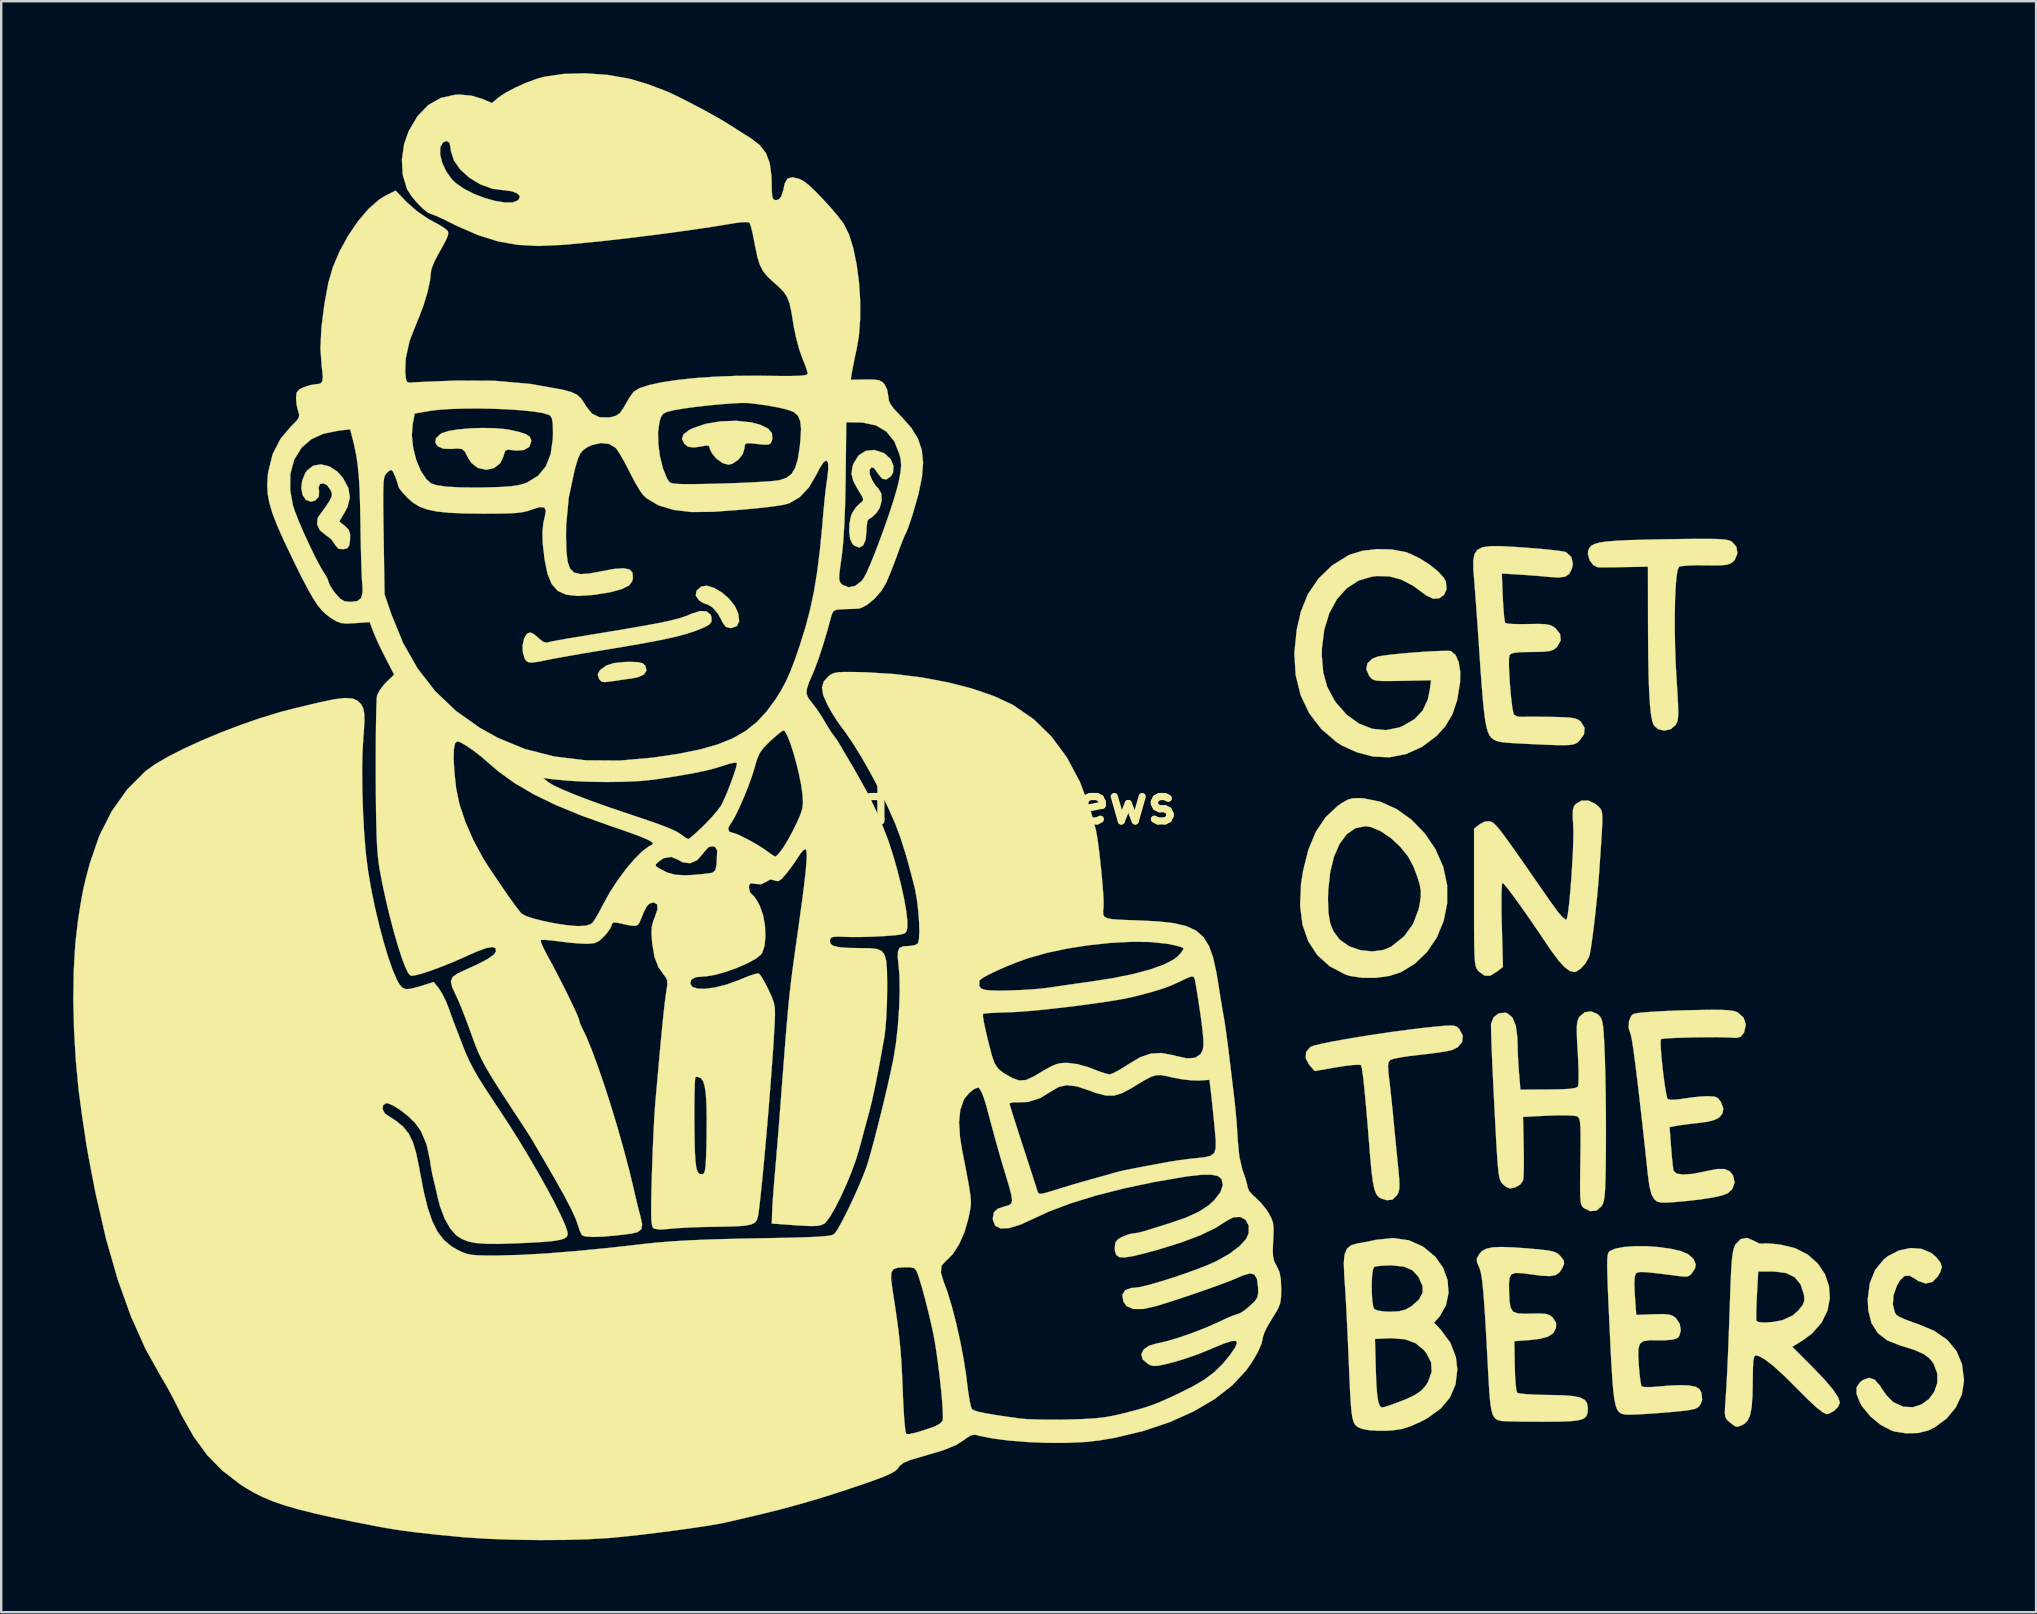
<source format=kicad_pcb>
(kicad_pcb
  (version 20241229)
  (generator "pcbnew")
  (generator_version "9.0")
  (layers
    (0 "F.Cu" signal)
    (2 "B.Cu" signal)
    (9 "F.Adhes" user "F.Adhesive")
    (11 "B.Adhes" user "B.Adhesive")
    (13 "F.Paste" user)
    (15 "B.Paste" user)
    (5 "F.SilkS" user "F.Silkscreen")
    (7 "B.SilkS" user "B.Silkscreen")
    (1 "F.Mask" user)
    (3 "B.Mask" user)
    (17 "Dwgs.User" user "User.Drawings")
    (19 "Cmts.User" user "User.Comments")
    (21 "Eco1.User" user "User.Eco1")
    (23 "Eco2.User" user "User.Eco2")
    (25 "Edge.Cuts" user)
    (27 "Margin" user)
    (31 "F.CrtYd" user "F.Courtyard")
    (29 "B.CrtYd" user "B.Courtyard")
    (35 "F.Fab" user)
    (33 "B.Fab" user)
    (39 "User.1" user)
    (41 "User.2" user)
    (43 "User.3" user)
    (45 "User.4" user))
  (footprint "danandrews"
    (layer "F.Cu")
    (at 39.309 30.461)
    (property "Reference" "danandrews" (at 0 0 0) (layer "F.SilkS") (effects (font (size 1.524 1.524) (thickness 0.3))))
    (attr through_hole)
    (fp_poly (pts (xy -15.781 -5.926) (xy -15.584 -5.877) (xy -15.478 -5.783) (xy -15.423 -5.576) (xy -15.537 -5.408) (xy -15.807 -5.29) (xy -16.02 -5.251) (xy -16.398 -5.199) (xy -16.791 -5.141) (xy -16.886 -5.126) (xy -17.151 -5.094) (xy -17.299 -5.117) (xy -17.388 -5.21) (xy -17.41 -5.248) (xy -17.46 -5.417) (xy -17.379 -5.569) (xy -17.331 -5.62) (xy -17.101 -5.785) (xy -16.789 -5.886) (xy -16.355 -5.933) (xy -16.113 -5.938) (xy -15.781 -5.926)) (stroke (width 0.01) (type solid)) (fill yes) (layer "F.SilkS"))
    (fp_poly (pts (xy -12.605 -9.019) (xy -12.287 -8.83) (xy -11.988 -8.571) (xy -11.748 -8.269) (xy -11.604 -7.956) (xy -11.565 -7.632) (xy -11.658 -7.431) (xy -11.884 -7.35) (xy -11.945 -7.348) (xy -12.119 -7.396) (xy -12.252 -7.567) (xy -12.303 -7.679) (xy -12.467 -7.969) (xy -12.674 -8.203) (xy -12.878 -8.331) (xy -12.939 -8.343) (xy -13.081 -8.398) (xy -13.24 -8.505) (xy -13.375 -8.701) (xy -13.341 -8.904) (xy -13.145 -9.076) (xy -12.904 -9.111) (xy -12.605 -9.019)) (stroke (width 0.01) (type solid)) (fill yes) (layer "F.SilkS"))
    (fp_poly (pts (xy -21.769 -15.673) (xy -21.319 -15.636) (xy -21.118 -15.603) (xy -20.702 -15.508) (xy -20.436 -15.418) (xy -20.29 -15.316) (xy -20.234 -15.188) (xy -20.229 -15.123) (xy -20.307 -14.898) (xy -20.522 -14.766) (xy -20.848 -14.739) (xy -20.955 -14.752) (xy -21.188 -14.779) (xy -21.303 -14.741) (xy -21.358 -14.603) (xy -21.376 -14.52) (xy -21.519 -14.213) (xy -21.775 -14.013) (xy -22.1 -13.94) (xy -22.446 -14.016) (xy -22.467 -14.026) (xy -22.718 -14.222) (xy -22.87 -14.454) (xy -22.981 -14.687) (xy -23.109 -14.802) (xy -23.313 -14.828) (xy -23.548 -14.808) (xy -23.884 -14.818) (xy -24.116 -14.914) (xy -24.226 -15.067) (xy -24.198 -15.249) (xy -24.013 -15.429) (xy -23.94 -15.471) (xy -23.675 -15.556) (xy -23.278 -15.621) (xy -22.796 -15.664) (xy -22.277 -15.682) (xy -21.769 -15.673)) (stroke (width 0.01) (type solid)) (fill yes) (layer "F.SilkS"))
    (fp_poly (pts (xy -11.069 -15.917) (xy -10.695 -15.818) (xy -10.365 -15.659) (xy -10.2 -15.469) (xy -10.185 -15.227) (xy -10.208 -15.141) (xy -10.258 -15.037) (xy -10.352 -14.989) (xy -10.539 -14.987) (xy -10.804 -15.014) (xy -11.101 -15.045) (xy -11.261 -15.041) (xy -11.326 -14.988) (xy -11.339 -14.875) (xy -11.339 -14.854) (xy -11.416 -14.595) (xy -11.606 -14.353) (xy -11.853 -14.189) (xy -12.022 -14.151) (xy -12.266 -14.224) (xy -12.522 -14.413) (xy -12.526 -14.417) (xy -12.694 -14.62) (xy -12.785 -14.8) (xy -12.791 -14.836) (xy -12.822 -14.936) (xy -12.946 -14.95) (xy -13.086 -14.924) (xy -13.452 -14.867) (xy -13.697 -14.901) (xy -13.857 -15.03) (xy -13.857 -15.03) (xy -13.949 -15.235) (xy -13.886 -15.415) (xy -13.659 -15.589) (xy -13.516 -15.663) (xy -12.979 -15.85) (xy -12.346 -15.957) (xy -11.688 -15.981) (xy -11.069 -15.917)) (stroke (width 0.01) (type solid)) (fill yes) (layer "F.SilkS"))
    (fp_poly (pts (xy -28.644 -14.083) (xy -28.314 -13.873) (xy -28.076 -13.607) (xy -27.846 -13.182) (xy -27.783 -12.788) (xy -27.883 -12.39) (xy -27.981 -12.201) (xy -28.225 -11.784) (xy -27.987 -11.597) (xy -27.83 -11.438) (xy -27.773 -11.25) (xy -27.777 -11.034) (xy -27.808 -10.792) (xy -27.882 -10.676) (xy -28.034 -10.633) (xy -28.053 -10.63) (xy -28.259 -10.65) (xy -28.39 -10.799) (xy -28.41 -10.841) (xy -28.572 -11.058) (xy -28.778 -11.214) (xy -29.03 -11.417) (xy -29.151 -11.67) (xy -29.123 -11.928) (xy -29.075 -12.01) (xy -28.814 -12.371) (xy -28.646 -12.619) (xy -28.557 -12.788) (xy -28.53 -12.909) (xy -28.552 -13.017) (xy -28.584 -13.091) (xy -28.729 -13.295) (xy -28.892 -13.379) (xy -29.027 -13.346) (xy -29.089 -13.203) (xy -29.064 -13.036) (xy -29.079 -12.823) (xy -29.223 -12.66) (xy -29.4 -12.609) (xy -29.615 -12.685) (xy -29.752 -12.885) (xy -29.806 -13.166) (xy -29.771 -13.485) (xy -29.643 -13.8) (xy -29.564 -13.915) (xy -29.307 -14.112) (xy -28.988 -14.165) (xy -28.644 -14.083)) (stroke (width 0.01) (type solid)) (fill yes) (layer "F.SilkS"))
    (fp_poly (pts (xy -5.55 -14.641) (xy -5.486 -14.604) (xy -5.252 -14.38) (xy -5.136 -14.102) (xy -5.153 -13.826) (xy -5.24 -13.675) (xy -5.433 -13.534) (xy -5.611 -13.57) (xy -5.786 -13.785) (xy -5.787 -13.788) (xy -5.937 -14.003) (xy -6.05 -14.047) (xy -6.133 -13.933) (xy -6.124 -13.756) (xy -6.029 -13.515) (xy -5.88 -13.279) (xy -5.766 -13.159) (xy -5.644 -12.951) (xy -5.627 -12.663) (xy -5.708 -12.359) (xy -5.855 -12.132) (xy -6.027 -11.969) (xy -6.157 -11.886) (xy -6.172 -11.884) (xy -6.221 -11.802) (xy -6.252 -11.591) (xy -6.259 -11.403) (xy -6.297 -11.025) (xy -6.401 -10.786) (xy -6.56 -10.699) (xy -6.761 -10.775) (xy -6.842 -10.847) (xy -6.939 -11.045) (xy -6.981 -11.351) (xy -6.97 -11.699) (xy -6.904 -12.022) (xy -6.849 -12.155) (xy -6.693 -12.386) (xy -6.527 -12.548) (xy -6.426 -12.628) (xy -6.398 -12.711) (xy -6.452 -12.846) (xy -6.594 -13.079) (xy -6.617 -13.115) (xy -6.813 -13.476) (xy -6.886 -13.776) (xy -6.845 -14.075) (xy -6.802 -14.2) (xy -6.593 -14.536) (xy -6.293 -14.728) (xy -5.935 -14.766) (xy -5.55 -14.641)) (stroke (width 0.01) (type solid)) (fill yes) (layer "F.SilkS"))
    (fp_poly (pts (xy -12.918 -8.041) (xy -12.753 -7.902) (xy -12.716 -7.776) (xy -12.719 -7.616) (xy -12.8 -7.501) (xy -12.999 -7.388) (xy -13.103 -7.341) (xy -13.425 -7.213) (xy -13.805 -7.092) (xy -14.266 -6.972) (xy -14.83 -6.849) (xy -15.518 -6.718) (xy -16.353 -6.573) (xy -16.873 -6.487) (xy -17.502 -6.384) (xy -18.11 -6.281) (xy -18.661 -6.186) (xy -19.117 -6.104) (xy -19.443 -6.042) (xy -19.521 -6.026) (xy -19.92 -5.945) (xy -20.18 -5.909) (xy -20.339 -5.919) (xy -20.435 -5.976) (xy -20.498 -6.072) (xy -20.58 -6.336) (xy -20.586 -6.631) (xy -20.528 -6.903) (xy -20.415 -7.099) (xy -20.275 -7.166) (xy -20.131 -7.104) (xy -19.948 -6.952) (xy -19.924 -6.927) (xy -19.728 -6.77) (xy -19.567 -6.739) (xy -19.564 -6.74) (xy -19.418 -6.777) (xy -19.14 -6.832) (xy -18.776 -6.898) (xy -18.535 -6.938) (xy -17.525 -7.104) (xy -16.678 -7.244) (xy -15.975 -7.363) (xy -15.4 -7.465) (xy -14.934 -7.553) (xy -14.561 -7.629) (xy -14.263 -7.699) (xy -14.024 -7.765) (xy -13.825 -7.83) (xy -13.649 -7.899) (xy -13.536 -7.949) (xy -13.186 -8.058) (xy -12.918 -8.041)) (stroke (width 0.01) (type solid)) (fill yes) (layer "F.SilkS"))
    (fp_poly (pts (xy 28.834 -11.063) (xy 29.178 -11.055) (xy 29.425 -11.04) (xy 29.597 -11.017) (xy 29.714 -10.983) (xy 29.799 -10.94) (xy 29.8 -10.939) (xy 29.982 -10.726) (xy 30.022 -10.457) (xy 29.916 -10.194) (xy 29.84 -10.11) (xy 29.731 -10.033) (xy 29.585 -9.985) (xy 29.363 -9.961) (xy 29.026 -9.955) (xy 28.683 -9.96) (xy 28.272 -9.961) (xy 27.923 -9.948) (xy 27.678 -9.924) (xy 27.591 -9.9) (xy 27.533 -9.773) (xy 27.486 -9.488) (xy 27.449 -9.071) (xy 27.425 -8.545) (xy 27.412 -7.935) (xy 27.412 -7.264) (xy 27.425 -6.557) (xy 27.452 -5.837) (xy 27.485 -5.252) (xy 27.523 -4.647) (xy 27.547 -4.195) (xy 27.556 -3.87) (xy 27.55 -3.643) (xy 27.527 -3.489) (xy 27.489 -3.379) (xy 27.449 -3.31) (xy 27.241 -3.132) (xy 26.972 -3.074) (xy 26.711 -3.137) (xy 26.544 -3.288) (xy 26.479 -3.45) (xy 26.425 -3.723) (xy 26.382 -4.117) (xy 26.348 -4.644) (xy 26.323 -5.314) (xy 26.307 -6.139) (xy 26.299 -7.13) (xy 26.297 -7.583) (xy 26.294 -9.905) (xy 25.325 -9.886) (xy 24.91 -9.879) (xy 24.552 -9.876) (xy 24.296 -9.875) (xy 24.2 -9.878) (xy 24.015 -9.969) (xy 23.866 -10.173) (xy 23.793 -10.42) (xy 23.802 -10.558) (xy 23.847 -10.677) (xy 23.93 -10.772) (xy 24.068 -10.849) (xy 24.28 -10.908) (xy 24.584 -10.953) (xy 24.998 -10.986) (xy 25.54 -11.011) (xy 26.229 -11.03) (xy 27.011 -11.045) (xy 27.771 -11.057) (xy 28.372 -11.063) (xy 28.834 -11.063)) (stroke (width 0.01) (type solid)) (fill yes) (layer "F.SilkS"))
    (fp_poly (pts (xy 14.466 -0.25) (xy 15.158 -0.107) (xy 15.825 0.196) (xy 16.444 0.639) (xy 16.988 1.198) (xy 17.436 1.855) (xy 17.76 2.586) (xy 17.772 2.623) (xy 17.93 3.372) (xy 17.929 4.126) (xy 17.783 4.857) (xy 17.5 5.539) (xy 17.094 6.144) (xy 16.573 6.645) (xy 15.997 6.994) (xy 15.522 7.146) (xy 14.962 7.224) (xy 14.389 7.225) (xy 13.873 7.145) (xy 13.683 7.084) (xy 13.034 6.742) (xy 12.521 6.28) (xy 12.143 5.702) (xy 11.903 5.012) (xy 11.802 4.214) (xy 11.814 3.96) (xy 12.964 3.96) (xy 12.984 4.522) (xy 13.057 4.951) (xy 13.196 5.291) (xy 13.415 5.586) (xy 13.487 5.661) (xy 13.855 5.916) (xy 14.315 6.073) (xy 14.809 6.125) (xy 15.279 6.063) (xy 15.603 5.924) (xy 16.134 5.499) (xy 16.51 4.984) (xy 16.742 4.363) (xy 16.781 4.181) (xy 16.827 3.874) (xy 16.832 3.613) (xy 16.789 3.346) (xy 16.689 3.019) (xy 16.525 2.585) (xy 16.299 2.166) (xy 15.972 1.761) (xy 15.582 1.401) (xy 15.168 1.119) (xy 14.767 0.947) (xy 14.514 0.908) (xy 14.106 0.993) (xy 13.749 1.241) (xy 13.451 1.638) (xy 13.217 2.17) (xy 13.056 2.825) (xy 12.974 3.589) (xy 12.964 3.96) (xy 11.814 3.96) (xy 11.842 3.312) (xy 11.925 2.775) (xy 12.15 1.88) (xy 12.463 1.135) (xy 12.871 0.53) (xy 13.38 0.054) (xy 13.555 -0.066) (xy 13.787 -0.196) (xy 14.004 -0.256) (xy 14.284 -0.262) (xy 14.466 -0.25)) (stroke (width 0.01) (type solid)) (fill yes) (layer "F.SilkS"))
    (fp_poly (pts (xy 18.248 9.228) (xy 18.353 9.276) (xy 18.438 9.361) (xy 18.579 9.633) (xy 18.553 9.896) (xy 18.371 10.115) (xy 18.121 10.236) (xy 17.912 10.282) (xy 17.573 10.336) (xy 17.152 10.392) (xy 16.762 10.435) (xy 16.331 10.487) (xy 15.96 10.544) (xy 15.688 10.601) (xy 15.563 10.647) (xy 15.493 10.733) (xy 15.466 10.883) (xy 15.479 11.138) (xy 15.507 11.385) (xy 15.55 11.749) (xy 15.601 12.222) (xy 15.654 12.733) (xy 15.686 13.063) (xy 15.739 13.618) (xy 15.8 14.238) (xy 15.858 14.826) (xy 15.884 15.083) (xy 15.926 15.528) (xy 15.943 15.833) (xy 15.933 16.037) (xy 15.894 16.18) (xy 15.837 16.285) (xy 15.658 16.461) (xy 15.426 16.492) (xy 15.18 16.419) (xy 15.065 16.35) (xy 14.973 16.23) (xy 14.9 16.035) (xy 14.838 15.743) (xy 14.784 15.33) (xy 14.731 14.772) (xy 14.699 14.378) (xy 14.616 13.342) (xy 14.542 12.486) (xy 14.478 11.81) (xy 14.423 11.315) (xy 14.377 10.999) (xy 14.34 10.862) (xy 14.337 10.859) (xy 14.226 10.844) (xy 13.976 10.859) (xy 13.629 10.902) (xy 13.34 10.948) (xy 12.409 11.109) (xy 12.188 10.852) (xy 12.035 10.574) (xy 12.054 10.314) (xy 12.228 10.106) (xy 12.376 10.05) (xy 12.678 9.976) (xy 13.107 9.888) (xy 13.637 9.791) (xy 14.24 9.689) (xy 14.891 9.587) (xy 15.563 9.488) (xy 16.23 9.397) (xy 16.864 9.319) (xy 17.417 9.26) (xy 17.821 9.223) (xy 18.084 9.211) (xy 18.248 9.228)) (stroke (width 0.01) (type solid)) (fill yes) (layer "F.SilkS"))
    (fp_poly (pts (xy 37.691 18.516) (xy 38.09 18.681) (xy 38.299 18.859) (xy 38.484 19.092) (xy 38.539 19.279) (xy 38.471 19.491) (xy 38.373 19.662) (xy 38.147 19.894) (xy 37.867 19.959) (xy 37.554 19.853) (xy 37.432 19.769) (xy 37.187 19.63) (xy 36.983 19.647) (xy 36.795 19.829) (xy 36.666 20.048) (xy 36.527 20.439) (xy 36.497 20.828) (xy 36.575 21.157) (xy 36.646 21.27) (xy 36.777 21.353) (xy 37.034 21.467) (xy 37.373 21.592) (xy 37.52 21.641) (xy 38.221 21.931) (xy 38.763 22.307) (xy 39.148 22.771) (xy 39.379 23.327) (xy 39.46 23.978) (xy 39.46 24.011) (xy 39.372 24.58) (xy 39.124 25.114) (xy 38.74 25.581) (xy 38.242 25.951) (xy 37.975 26.082) (xy 37.549 26.187) (xy 37.052 26.202) (xy 36.569 26.126) (xy 36.444 26.087) (xy 35.99 25.85) (xy 35.559 25.494) (xy 35.217 25.078) (xy 35.122 24.913) (xy 34.984 24.553) (xy 34.988 24.281) (xy 35.137 24.066) (xy 35.245 23.984) (xy 35.503 23.889) (xy 35.738 23.965) (xy 35.961 24.216) (xy 36.032 24.335) (xy 36.232 24.619) (xy 36.477 24.866) (xy 36.549 24.92) (xy 36.941 25.095) (xy 37.329 25.113) (xy 37.688 24.999) (xy 37.994 24.778) (xy 38.222 24.473) (xy 38.348 24.109) (xy 38.348 23.71) (xy 38.197 23.3) (xy 38.19 23.287) (xy 38.022 23.074) (xy 37.777 22.897) (xy 37.422 22.737) (xy 36.924 22.578) (xy 36.822 22.549) (xy 36.272 22.334) (xy 35.869 22.024) (xy 35.606 21.608) (xy 35.472 21.073) (xy 35.451 20.61) (xy 35.536 19.949) (xy 35.76 19.394) (xy 36.121 18.954) (xy 36.298 18.815) (xy 36.755 18.582) (xy 37.233 18.482) (xy 37.691 18.516)) (stroke (width 0.01) (type solid)) (fill yes) (layer "F.SilkS"))
    (fp_poly (pts (xy 15.616 -10.621) (xy 16.18 -10.516) (xy 16.358 -10.455) (xy 16.785 -10.25) (xy 17.192 -9.993) (xy 17.538 -9.716) (xy 17.784 -9.449) (xy 17.875 -9.282) (xy 17.906 -8.972) (xy 17.802 -8.731) (xy 17.601 -8.587) (xy 17.343 -8.568) (xy 17.066 -8.701) (xy 17.061 -8.705) (xy 16.511 -9.108) (xy 16.013 -9.368) (xy 15.529 -9.498) (xy 15.02 -9.513) (xy 14.809 -9.491) (xy 14.242 -9.326) (xy 13.748 -9.007) (xy 13.338 -8.55) (xy 13.022 -7.97) (xy 12.81 -7.284) (xy 12.712 -6.506) (xy 12.707 -6.208) (xy 12.764 -5.505) (xy 12.932 -4.902) (xy 13.227 -4.346) (xy 13.301 -4.237) (xy 13.748 -3.73) (xy 14.258 -3.365) (xy 14.808 -3.15) (xy 15.374 -3.094) (xy 15.932 -3.205) (xy 16.072 -3.262) (xy 16.569 -3.55) (xy 16.912 -3.912) (xy 17.124 -4.375) (xy 17.204 -4.761) (xy 17.26 -5.172) (xy 16.058 -5.148) (xy 15.571 -5.14) (xy 15.232 -5.141) (xy 15.009 -5.155) (xy 14.868 -5.187) (xy 14.777 -5.244) (xy 14.702 -5.329) (xy 14.68 -5.357) (xy 14.559 -5.631) (xy 14.608 -5.878) (xy 14.813 -6.071) (xy 15.032 -6.157) (xy 15.253 -6.197) (xy 15.595 -6.241) (xy 16.02 -6.284) (xy 16.487 -6.324) (xy 16.958 -6.358) (xy 17.394 -6.383) (xy 17.756 -6.397) (xy 18.005 -6.396) (xy 18.093 -6.385) (xy 18.28 -6.222) (xy 18.411 -5.921) (xy 18.476 -5.521) (xy 18.467 -5.088) (xy 18.348 -4.352) (xy 18.147 -3.75) (xy 17.848 -3.246) (xy 17.492 -2.856) (xy 16.884 -2.399) (xy 16.22 -2.098) (xy 15.526 -1.961) (xy 14.832 -1.995) (xy 14.163 -2.173) (xy 13.554 -2.448) (xy 13.339 -2.582) (xy 12.689 -3.137) (xy 12.184 -3.796) (xy 11.826 -4.548) (xy 11.619 -5.386) (xy 11.563 -6.3) (xy 11.663 -7.282) (xy 11.833 -8.027) (xy 12.125 -8.753) (xy 12.568 -9.405) (xy 13.136 -9.954) (xy 13.804 -10.37) (xy 13.879 -10.405) (xy 14.394 -10.564) (xy 14.997 -10.636) (xy 15.616 -10.621)) (stroke (width 0.01) (type solid)) (fill yes) (layer "F.SilkS"))
    (fp_poly (pts (xy 24.107 -0.02) (xy 24.193 0.055) (xy 24.264 0.123) (xy 24.319 0.184) (xy 24.358 0.259) (xy 24.383 0.37) (xy 24.394 0.537) (xy 24.391 0.782) (xy 24.375 1.125) (xy 24.346 1.589) (xy 24.305 2.194) (xy 24.26 2.857) (xy 24.221 3.358) (xy 24.169 3.909) (xy 24.11 4.476) (xy 24.047 5.025) (xy 23.984 5.522) (xy 23.925 5.933) (xy 23.875 6.223) (xy 23.844 6.341) (xy 23.699 6.61) (xy 23.502 6.836) (xy 23.303 6.969) (xy 23.227 6.985) (xy 23.037 6.938) (xy 22.825 6.784) (xy 22.573 6.509) (xy 22.266 6.095) (xy 22.102 5.853) (xy 21.699 5.255) (xy 21.32 4.703) (xy 20.976 4.216) (xy 20.683 3.81) (xy 20.451 3.505) (xy 20.296 3.318) (xy 20.232 3.266) (xy 20.212 3.352) (xy 20.198 3.592) (xy 20.192 3.957) (xy 20.194 4.422) (xy 20.204 4.957) (xy 20.206 5.019) (xy 20.253 6.772) (xy 20.002 6.969) (xy 19.726 7.134) (xy 19.494 7.137) (xy 19.268 6.978) (xy 19.247 6.956) (xy 19.192 6.893) (xy 19.149 6.821) (xy 19.115 6.718) (xy 19.09 6.565) (xy 19.073 6.342) (xy 19.061 6.03) (xy 19.054 5.607) (xy 19.051 5.054) (xy 19.05 4.352) (xy 19.05 3.879) (xy 19.05 1.011) (xy 19.278 0.832) (xy 19.49 0.718) (xy 19.678 0.698) (xy 19.748 0.718) (xy 19.815 0.749) (xy 19.89 0.804) (xy 19.983 0.897) (xy 20.105 1.04) (xy 20.265 1.248) (xy 20.474 1.532) (xy 20.74 1.907) (xy 21.076 2.385) (xy 21.49 2.981) (xy 21.993 3.706) (xy 22.243 4.067) (xy 22.528 4.459) (xy 22.739 4.706) (xy 22.87 4.803) (xy 22.902 4.796) (xy 22.939 4.677) (xy 22.98 4.409) (xy 23.023 4.026) (xy 23.065 3.56) (xy 23.105 3.044) (xy 23.139 2.511) (xy 23.167 1.993) (xy 23.184 1.524) (xy 23.189 1.136) (xy 23.181 0.872) (xy 23.159 0.493) (xy 23.166 0.247) (xy 23.209 0.089) (xy 23.279 -0.012) (xy 23.522 -0.159) (xy 23.815 -0.16) (xy 24.107 -0.02)) (stroke (width 0.01) (type solid)) (fill yes) (layer "F.SilkS"))
    (fp_poly (pts (xy 20.665 18.454) (xy 21.246 18.495) (xy 21.739 18.538) (xy 22.085 18.577) (xy 22.318 18.619) (xy 22.471 18.673) (xy 22.578 18.747) (xy 22.656 18.827) (xy 22.788 19) (xy 22.803 19.14) (xy 22.725 19.321) (xy 22.603 19.503) (xy 22.443 19.611) (xy 22.209 19.652) (xy 21.863 19.636) (xy 21.503 19.589) (xy 21.065 19.531) (xy 20.777 19.52) (xy 20.607 19.578) (xy 20.526 19.724) (xy 20.505 19.979) (xy 20.509 20.251) (xy 20.526 20.684) (xy 20.572 20.967) (xy 20.675 21.13) (xy 20.864 21.204) (xy 21.168 21.22) (xy 21.417 21.214) (xy 21.793 21.209) (xy 22.036 21.227) (xy 22.194 21.277) (xy 22.315 21.368) (xy 22.33 21.383) (xy 22.469 21.598) (xy 22.463 21.806) (xy 22.357 22.019) (xy 22.146 22.167) (xy 21.806 22.263) (xy 21.363 22.315) (xy 20.728 22.361) (xy 20.745 23.394) (xy 20.759 23.813) (xy 20.784 24.166) (xy 20.815 24.413) (xy 20.846 24.511) (xy 20.963 24.542) (xy 21.225 24.569) (xy 21.597 24.59) (xy 22.042 24.602) (xy 22.156 24.603) (xy 22.748 24.616) (xy 23.181 24.65) (xy 23.479 24.713) (xy 23.665 24.812) (xy 23.761 24.955) (xy 23.79 25.151) (xy 23.79 25.168) (xy 23.778 25.353) (xy 23.726 25.491) (xy 23.612 25.589) (xy 23.413 25.655) (xy 23.105 25.693) (xy 22.667 25.712) (xy 22.076 25.717) (xy 21.922 25.718) (xy 21.396 25.716) (xy 20.924 25.711) (xy 20.54 25.703) (xy 20.277 25.693) (xy 20.179 25.685) (xy 20.031 25.645) (xy 19.918 25.571) (xy 19.833 25.438) (xy 19.77 25.224) (xy 19.723 24.904) (xy 19.684 24.454) (xy 19.649 23.852) (xy 19.642 23.722) (xy 19.589 22.727) (xy 19.543 21.898) (xy 19.502 21.217) (xy 19.464 20.668) (xy 19.429 20.236) (xy 19.396 19.903) (xy 19.361 19.654) (xy 19.325 19.472) (xy 19.286 19.342) (xy 19.26 19.281) (xy 19.17 19.064) (xy 19.168 18.917) (xy 19.254 18.754) (xy 19.262 18.742) (xy 19.385 18.604) (xy 19.562 18.509) (xy 19.817 18.455) (xy 20.176 18.437) (xy 20.665 18.454)) (stroke (width 0.01) (type solid)) (fill yes) (layer "F.SilkS"))
    (fp_poly (pts (xy 26.238 18.405) (xy 26.671 18.436) (xy 27.254 18.514) (xy 27.68 18.613) (xy 27.975 18.741) (xy 28.161 18.906) (xy 28.204 18.972) (xy 28.285 19.157) (xy 28.262 19.31) (xy 28.175 19.458) (xy 28.066 19.603) (xy 27.945 19.666) (xy 27.75 19.669) (xy 27.545 19.645) (xy 26.955 19.568) (xy 26.52 19.517) (xy 26.213 19.488) (xy 26.009 19.481) (xy 25.884 19.494) (xy 25.811 19.526) (xy 25.795 19.54) (xy 25.743 19.676) (xy 25.727 19.959) (xy 25.746 20.404) (xy 25.749 20.454) (xy 25.808 21.269) (xy 26.534 21.242) (xy 26.911 21.234) (xy 27.156 21.25) (xy 27.317 21.298) (xy 27.445 21.388) (xy 27.464 21.406) (xy 27.618 21.642) (xy 27.664 21.915) (xy 27.594 22.154) (xy 27.53 22.227) (xy 27.344 22.294) (xy 27.008 22.325) (xy 26.75 22.325) (xy 26.362 22.323) (xy 26.107 22.361) (xy 25.96 22.468) (xy 25.897 22.674) (xy 25.893 23.01) (xy 25.912 23.346) (xy 25.944 23.719) (xy 25.981 24.023) (xy 26.018 24.212) (xy 26.034 24.249) (xy 26.15 24.274) (xy 26.398 24.275) (xy 26.734 24.253) (xy 26.862 24.24) (xy 27.276 24.207) (xy 27.677 24.195) (xy 27.989 24.207) (xy 28.029 24.211) (xy 28.297 24.267) (xy 28.444 24.362) (xy 28.522 24.513) (xy 28.554 24.805) (xy 28.491 24.98) (xy 28.395 25.107) (xy 28.244 25.186) (xy 27.987 25.238) (xy 27.794 25.262) (xy 27.271 25.313) (xy 26.741 25.357) (xy 26.242 25.392) (xy 25.813 25.415) (xy 25.492 25.423) (xy 25.33 25.416) (xy 25.202 25.387) (xy 25.099 25.325) (xy 25.015 25.214) (xy 24.948 25.035) (xy 24.893 24.768) (xy 24.848 24.397) (xy 24.808 23.901) (xy 24.769 23.263) (xy 24.729 22.464) (xy 24.724 22.361) (xy 24.681 21.455) (xy 24.647 20.713) (xy 24.621 20.118) (xy 24.605 19.653) (xy 24.597 19.301) (xy 24.597 19.044) (xy 24.606 18.866) (xy 24.623 18.748) (xy 24.649 18.675) (xy 24.682 18.629) (xy 24.707 18.607) (xy 24.924 18.509) (xy 25.279 18.44) (xy 25.731 18.405) (xy 26.238 18.405)) (stroke (width 0.01) (type solid)) (fill yes) (layer "F.SilkS"))
    (fp_poly (pts (xy 30.724 18.188) (xy 30.736 18.196) (xy 30.924 18.29) (xy 31.051 18.3) (xy 31.191 18.29) (xy 31.455 18.302) (xy 31.784 18.335) (xy 31.79 18.335) (xy 32.429 18.488) (xy 32.959 18.761) (xy 33.373 19.13) (xy 33.668 19.572) (xy 33.836 20.063) (xy 33.872 20.58) (xy 33.77 21.097) (xy 33.525 21.592) (xy 33.13 22.041) (xy 32.744 22.327) (xy 32.307 22.596) (xy 33.117 23.405) (xy 33.628 23.937) (xy 33.992 24.365) (xy 34.213 24.691) (xy 34.29 24.917) (xy 34.29 24.924) (xy 34.216 25.099) (xy 34.038 25.272) (xy 33.826 25.385) (xy 33.734 25.4) (xy 33.579 25.33) (xy 33.315 25.121) (xy 32.943 24.777) (xy 32.532 24.365) (xy 31.98 23.815) (xy 31.531 23.405) (xy 31.177 23.129) (xy 30.912 22.981) (xy 30.775 22.951) (xy 30.723 23.002) (xy 30.688 23.17) (xy 30.668 23.474) (xy 30.661 23.936) (xy 30.661 24.017) (xy 30.65 24.642) (xy 30.615 25.11) (xy 30.55 25.444) (xy 30.45 25.669) (xy 30.309 25.807) (xy 30.249 25.839) (xy 30.073 25.917) (xy 29.964 25.926) (xy 29.843 25.852) (xy 29.716 25.752) (xy 29.593 25.645) (xy 29.524 25.535) (xy 29.499 25.371) (xy 29.506 25.106) (xy 29.523 24.868) (xy 29.554 24.406) (xy 29.584 23.879) (xy 29.614 23.265) (xy 29.645 22.54) (xy 29.677 21.683) (xy 29.694 21.206) (xy 30.806 21.206) (xy 30.807 21.439) (xy 30.816 21.522) (xy 30.936 21.574) (xy 31.181 21.587) (xy 31.501 21.562) (xy 31.845 21.5) (xy 31.891 21.488) (xy 32.332 21.287) (xy 32.574 21.068) (xy 32.749 20.843) (xy 32.813 20.657) (xy 32.795 20.433) (xy 32.653 19.998) (xy 32.409 19.699) (xy 32.045 19.523) (xy 31.546 19.459) (xy 31.478 19.458) (xy 30.888 19.458) (xy 30.834 20.456) (xy 30.815 20.865) (xy 30.806 21.206) (xy 29.694 21.206) (xy 29.712 20.67) (xy 29.719 20.481) (xy 29.742 19.828) (xy 29.766 19.331) (xy 29.793 18.963) (xy 29.826 18.699) (xy 29.867 18.513) (xy 29.919 18.378) (xy 29.948 18.326) (xy 30.161 18.106) (xy 30.423 18.059) (xy 30.724 18.188)) (stroke (width 0.01) (type solid)) (fill yes) (layer "F.SilkS"))
    (fp_poly (pts (xy 29.386 8.561) (xy 29.657 8.576) (xy 29.848 8.603) (xy 29.982 8.643) (xy 30.031 8.666) (xy 30.276 8.881) (xy 30.372 9.17) (xy 30.304 9.484) (xy 30.285 9.519) (xy 30.156 9.68) (xy 29.975 9.728) (xy 29.84 9.722) (xy 29.588 9.707) (xy 29.23 9.7) (xy 28.801 9.699) (xy 28.34 9.704) (xy 27.882 9.714) (xy 27.466 9.727) (xy 27.129 9.744) (xy 26.906 9.764) (xy 26.837 9.781) (xy 26.821 9.892) (xy 26.829 10.142) (xy 26.855 10.488) (xy 26.894 10.89) (xy 26.942 11.305) (xy 26.995 11.693) (xy 27.047 12.012) (xy 27.094 12.221) (xy 27.118 12.278) (xy 27.25 12.307) (xy 27.512 12.295) (xy 27.781 12.257) (xy 28.169 12.202) (xy 28.559 12.165) (xy 28.784 12.156) (xy 29.053 12.169) (xy 29.209 12.232) (xy 29.319 12.377) (xy 29.346 12.429) (xy 29.435 12.668) (xy 29.404 12.857) (xy 29.389 12.887) (xy 29.271 13.036) (xy 29.08 13.142) (xy 28.781 13.219) (xy 28.339 13.279) (xy 28.303 13.283) (xy 27.95 13.323) (xy 27.632 13.366) (xy 27.455 13.394) (xy 27.196 13.444) (xy 27.257 14.274) (xy 27.289 14.66) (xy 27.323 14.99) (xy 27.352 15.212) (xy 27.363 15.263) (xy 27.486 15.378) (xy 27.758 15.421) (xy 28.161 15.392) (xy 28.678 15.29) (xy 28.732 15.277) (xy 29.178 15.189) (xy 29.493 15.191) (xy 29.708 15.287) (xy 29.838 15.454) (xy 29.907 15.75) (xy 29.807 16.026) (xy 29.626 16.196) (xy 29.399 16.287) (xy 29.009 16.375) (xy 28.474 16.458) (xy 27.814 16.532) (xy 27.396 16.568) (xy 27.039 16.591) (xy 26.814 16.585) (xy 26.673 16.543) (xy 26.566 16.456) (xy 26.547 16.435) (xy 26.441 16.243) (xy 26.358 15.919) (xy 26.293 15.449) (xy 26.169 14.286) (xy 26.053 13.228) (xy 25.946 12.284) (xy 25.849 11.465) (xy 25.764 10.78) (xy 25.692 10.241) (xy 25.634 9.856) (xy 25.592 9.638) (xy 25.578 9.594) (xy 25.49 9.315) (xy 25.502 9.029) (xy 25.603 8.803) (xy 25.695 8.73) (xy 25.851 8.695) (xy 26.164 8.661) (xy 26.607 8.629) (xy 27.156 8.602) (xy 27.784 8.58) (xy 27.833 8.579) (xy 28.498 8.564) (xy 29.008 8.557) (xy 29.386 8.561)) (stroke (width 0.01) (type solid)) (fill yes) (layer "F.SilkS"))
    (fp_poly (pts (xy 20.183 -10.758) (xy 20.793 -10.724) (xy 21.124 -10.701) (xy 21.654 -10.661) (xy 22.127 -10.617) (xy 22.513 -10.574) (xy 22.777 -10.536) (xy 22.881 -10.509) (xy 23.102 -10.307) (xy 23.167 -10.023) (xy 23.123 -9.81) (xy 23.013 -9.601) (xy 22.838 -9.485) (xy 22.561 -9.45) (xy 22.201 -9.474) (xy 21.874 -9.505) (xy 21.45 -9.539) (xy 21.016 -9.569) (xy 20.966 -9.572) (xy 20.206 -9.618) (xy 20.247 -8.62) (xy 20.269 -8.211) (xy 20.298 -7.87) (xy 20.329 -7.637) (xy 20.354 -7.556) (xy 20.468 -7.53) (xy 20.72 -7.513) (xy 21.068 -7.509) (xy 21.306 -7.513) (xy 21.728 -7.519) (xy 22.013 -7.508) (xy 22.205 -7.473) (xy 22.347 -7.408) (xy 22.435 -7.345) (xy 22.634 -7.099) (xy 22.661 -6.829) (xy 22.513 -6.568) (xy 22.48 -6.535) (xy 22.359 -6.445) (xy 22.201 -6.39) (xy 21.964 -6.361) (xy 21.605 -6.351) (xy 21.441 -6.35) (xy 21.017 -6.343) (xy 20.743 -6.319) (xy 20.587 -6.273) (xy 20.526 -6.215) (xy 20.505 -6.076) (xy 20.503 -5.801) (xy 20.517 -5.434) (xy 20.543 -5.018) (xy 20.578 -4.598) (xy 20.619 -4.219) (xy 20.663 -3.922) (xy 20.705 -3.754) (xy 20.712 -3.742) (xy 20.848 -3.663) (xy 21.028 -3.646) (xy 21.217 -3.651) (xy 21.539 -3.652) (xy 21.944 -3.65) (xy 22.293 -3.645) (xy 22.75 -3.634) (xy 23.063 -3.614) (xy 23.268 -3.578) (xy 23.403 -3.522) (xy 23.495 -3.447) (xy 23.654 -3.191) (xy 23.632 -2.924) (xy 23.452 -2.67) (xy 23.375 -2.596) (xy 23.296 -2.54) (xy 23.192 -2.5) (xy 23.04 -2.476) (xy 22.817 -2.466) (xy 22.501 -2.469) (xy 22.068 -2.484) (xy 21.496 -2.51) (xy 20.889 -2.54) (xy 20.449 -2.567) (xy 20.152 -2.601) (xy 19.957 -2.652) (xy 19.825 -2.727) (xy 19.773 -2.774) (xy 19.694 -2.875) (xy 19.626 -3.02) (xy 19.567 -3.227) (xy 19.513 -3.513) (xy 19.463 -3.899) (xy 19.413 -4.402) (xy 19.362 -5.04) (xy 19.305 -5.833) (xy 19.277 -6.259) (xy 19.232 -6.928) (xy 19.186 -7.597) (xy 19.141 -8.223) (xy 19.101 -8.766) (xy 19.068 -9.184) (xy 19.059 -9.298) (xy 19.022 -9.783) (xy 19.017 -10.153) (xy 19.066 -10.422) (xy 19.186 -10.603) (xy 19.4 -10.711) (xy 19.725 -10.758) (xy 20.183 -10.758)) (stroke (width 0.01) (type solid)) (fill yes) (layer "F.SilkS"))
    (fp_poly (pts (xy 24.188 8.729) (xy 24.273 8.807) (xy 24.336 8.895) (xy 24.383 9.021) (xy 24.42 9.211) (xy 24.448 9.493) (xy 24.472 9.894) (xy 24.495 10.441) (xy 24.502 10.644) (xy 24.519 11.26) (xy 24.533 11.997) (xy 24.542 12.796) (xy 24.545 13.596) (xy 24.543 14.337) (xy 24.543 14.392) (xy 24.536 15.079) (xy 24.526 15.61) (xy 24.511 16.006) (xy 24.49 16.292) (xy 24.461 16.492) (xy 24.422 16.629) (xy 24.371 16.728) (xy 24.156 16.92) (xy 23.891 16.946) (xy 23.631 16.821) (xy 23.57 16.765) (xy 23.524 16.688) (xy 23.494 16.564) (xy 23.475 16.367) (xy 23.467 16.073) (xy 23.468 15.657) (xy 23.474 15.092) (xy 23.478 14.879) (xy 23.486 14.261) (xy 23.488 13.8) (xy 23.482 13.472) (xy 23.467 13.252) (xy 23.441 13.116) (xy 23.401 13.039) (xy 23.347 12.998) (xy 23.341 12.995) (xy 23.188 12.968) (xy 22.898 12.954) (xy 22.514 12.954) (xy 22.134 12.967) (xy 21.091 13.018) (xy 21.118 14.242) (xy 21.124 14.711) (xy 21.123 15.128) (xy 21.114 15.452) (xy 21.099 15.644) (xy 21.095 15.662) (xy 20.975 15.836) (xy 20.774 15.952) (xy 20.556 16) (xy 20.386 15.935) (xy 20.278 15.848) (xy 20.219 15.791) (xy 20.17 15.726) (xy 20.13 15.634) (xy 20.096 15.495) (xy 20.065 15.291) (xy 20.037 15.004) (xy 20.009 14.613) (xy 19.978 14.1) (xy 19.942 13.446) (xy 19.899 12.632) (xy 19.893 12.519) (xy 19.856 11.773) (xy 19.823 11.076) (xy 19.795 10.451) (xy 19.775 9.92) (xy 19.762 9.508) (xy 19.757 9.236) (xy 19.759 9.137) (xy 19.866 8.869) (xy 20.081 8.704) (xy 20.352 8.678) (xy 20.438 8.702) (xy 20.649 8.878) (xy 20.789 9.22) (xy 20.857 9.723) (xy 20.864 9.988) (xy 20.872 10.346) (xy 20.894 10.786) (xy 20.923 11.19) (xy 20.982 11.884) (xy 22.147 11.877) (xy 22.664 11.869) (xy 23.022 11.85) (xy 23.247 11.818) (xy 23.362 11.77) (xy 23.381 11.747) (xy 23.4 11.616) (xy 23.407 11.34) (xy 23.4 10.957) (xy 23.38 10.502) (xy 23.371 10.348) (xy 23.341 9.83) (xy 23.329 9.459) (xy 23.334 9.204) (xy 23.359 9.03) (xy 23.406 8.905) (xy 23.441 8.845) (xy 23.655 8.662) (xy 23.923 8.622) (xy 24.188 8.729)) (stroke (width 0.01) (type solid)) (fill yes) (layer "F.SilkS"))
    (fp_poly (pts (xy 16.337 18.16) (xy 16.924 18.422) (xy 17.429 18.838) (xy 17.76 19.301) (xy 17.947 19.817) (xy 17.988 20.35) (xy 17.881 20.862) (xy 17.625 21.318) (xy 17.567 21.387) (xy 17.384 21.592) (xy 17.663 21.886) (xy 18.064 22.427) (xy 18.293 23.025) (xy 18.352 23.537) (xy 18.28 24.158) (xy 18.052 24.699) (xy 17.663 25.167) (xy 17.109 25.568) (xy 16.8 25.73) (xy 16.386 25.913) (xy 16.042 26.021) (xy 15.687 26.075) (xy 15.421 26.092) (xy 15.044 26.094) (xy 14.701 26.073) (xy 14.463 26.034) (xy 14.458 26.032) (xy 14.306 25.984) (xy 14.187 25.929) (xy 14.096 25.846) (xy 14.026 25.714) (xy 13.975 25.512) (xy 13.936 25.219) (xy 13.905 24.814) (xy 13.876 24.276) (xy 13.846 23.584) (xy 13.837 23.359) (xy 13.8 22.494) (xy 13.789 22.27) (xy 14.922 22.27) (xy 14.956 23.54) (xy 14.98 24.153) (xy 15.015 24.602) (xy 15.064 24.902) (xy 15.131 25.072) (xy 15.218 25.128) (xy 15.222 25.128) (xy 15.338 25.099) (xy 15.565 25.024) (xy 15.76 24.955) (xy 16.252 24.764) (xy 16.603 24.594) (xy 16.85 24.422) (xy 17.029 24.224) (xy 17.132 24.058) (xy 17.284 23.643) (xy 17.263 23.252) (xy 17.066 22.866) (xy 16.951 22.723) (xy 16.612 22.445) (xy 16.178 22.285) (xy 15.624 22.238) (xy 15.441 22.243) (xy 14.922 22.27) (xy 13.789 22.27) (xy 13.767 21.78) (xy 13.738 21.183) (xy 13.711 20.674) (xy 13.684 20.219) (xy 13.667 19.966) (xy 14.786 19.966) (xy 14.789 20.32) (xy 14.809 20.649) (xy 14.846 20.904) (xy 14.895 21.028) (xy 15.042 21.087) (xy 15.308 21.126) (xy 15.555 21.136) (xy 15.923 21.117) (xy 16.195 21.046) (xy 16.448 20.903) (xy 16.75 20.633) (xy 16.908 20.344) (xy 16.907 20.071) (xy 16.729 19.671) (xy 16.477 19.405) (xy 16.122 19.256) (xy 15.637 19.205) (xy 15.545 19.204) (xy 15.233 19.216) (xy 14.991 19.242) (xy 14.887 19.271) (xy 14.835 19.39) (xy 14.802 19.639) (xy 14.786 19.966) (xy 13.667 19.966) (xy 13.655 19.788) (xy 13.643 19.62) (xy 13.623 19.109) (xy 13.657 18.747) (xy 13.755 18.508) (xy 13.928 18.366) (xy 14.169 18.296) (xy 14.434 18.248) (xy 14.777 18.18) (xy 14.968 18.14) (xy 15.684 18.066) (xy 16.337 18.16)) (stroke (width 0.01) (type solid)) (fill yes) (layer "F.SilkS"))
    (fp_poly (pts (xy -6.829 -5.516) (xy -6.328 -5.504) (xy -6.22 -5.5) (xy -5.084 -5.429) (xy -3.958 -5.289) (xy -2.876 -5.085) (xy -1.871 -4.827) (xy -0.974 -4.521) (xy -0.219 -4.174) (xy -0.141 -4.131) (xy 0.702 -3.551) (xy 1.448 -2.821) (xy 2.093 -1.947) (xy 2.633 -0.932) (xy 3.066 0.217) (xy 3.301 1.089) (xy 3.35 1.359) (xy 3.405 1.75) (xy 3.461 2.217) (xy 3.515 2.72) (xy 3.561 3.217) (xy 3.597 3.665) (xy 3.616 4.022) (xy 3.617 4.247) (xy 3.615 4.264) (xy 3.595 4.455) (xy 3.602 4.594) (xy 3.659 4.689) (xy 3.792 4.75) (xy 4.025 4.787) (xy 4.384 4.809) (xy 4.893 4.828) (xy 5.057 4.833) (xy 5.88 4.874) (xy 6.542 4.948) (xy 7.065 5.07) (xy 7.469 5.258) (xy 7.776 5.527) (xy 8.005 5.894) (xy 8.177 6.374) (xy 8.313 6.984) (xy 8.389 7.439) (xy 8.46 7.892) (xy 8.532 8.333) (xy 8.594 8.695) (xy 8.621 8.845) (xy 8.666 9.116) (xy 8.723 9.513) (xy 8.786 9.98) (xy 8.842 10.432) (xy 8.906 10.961) (xy 8.972 11.514) (xy 9.033 12.018) (xy 9.071 12.337) (xy 9.12 12.807) (xy 9.166 13.355) (xy 9.2 13.876) (xy 9.204 13.97) (xy 9.271 14.675) (xy 9.399 15.223) (xy 9.43 15.309) (xy 9.534 15.605) (xy 9.601 15.853) (xy 9.616 15.956) (xy 9.684 16.113) (xy 9.854 16.302) (xy 9.931 16.366) (xy 10.171 16.596) (xy 10.408 16.893) (xy 10.487 17.017) (xy 10.607 17.238) (xy 10.674 17.433) (xy 10.699 17.661) (xy 10.692 17.984) (xy 10.681 18.17) (xy 10.664 18.561) (xy 10.675 18.828) (xy 10.722 19.025) (xy 10.814 19.209) (xy 10.826 19.229) (xy 10.94 19.474) (xy 10.999 19.77) (xy 11.017 20.18) (xy 11.017 20.19) (xy 11.009 20.533) (xy 10.972 20.783) (xy 10.883 21.011) (xy 10.721 21.288) (xy 10.634 21.423) (xy 10.449 21.732) (xy 10.313 22.007) (xy 10.252 22.195) (xy 10.251 22.212) (xy 10.194 22.471) (xy 10.038 22.823) (xy 9.805 23.223) (xy 9.555 23.579) (xy 8.976 24.203) (xy 8.24 24.776) (xy 7.363 25.29) (xy 6.366 25.736) (xy 5.267 26.105) (xy 4.083 26.387) (xy 3.423 26.5) (xy 2.782 26.567) (xy 2.044 26.599) (xy 1.252 26.597) (xy 0.451 26.565) (xy -0.317 26.503) (xy -1.007 26.415) (xy -1.576 26.301) (xy -1.739 26.255) (xy -1.905 26.284) (xy -2.13 26.423) (xy -2.194 26.475) (xy -2.521 26.684) (xy -3.013 26.886) (xy -3.312 26.981) (xy -3.719 27.1) (xy -4.101 27.213) (xy -4.396 27.301) (xy -4.473 27.324) (xy -4.719 27.431) (xy -4.888 27.564) (xy -4.907 27.593) (xy -4.973 27.687) (xy -5.08 27.778) (xy -5.248 27.875) (xy -5.497 27.987) (xy -5.849 28.123) (xy -6.324 28.291) (xy -6.942 28.5) (xy -7.274 28.61) (xy -8.124 28.882) (xy -8.982 29.135) (xy -9.889 29.38) (xy -10.886 29.627) (xy -12.016 29.889) (xy -12.201 29.93) (xy -12.54 29.995) (xy -13.023 30.074) (xy -13.61 30.161) (xy -14.265 30.251) (xy -14.951 30.34) (xy -15.629 30.422) (xy -16.263 30.493) (xy -16.814 30.547) (xy -17.009 30.564) (xy -17.857 30.614) (xy -18.83 30.642) (xy -19.873 30.648) (xy -20.931 30.634) (xy -21.948 30.599) (xy -22.87 30.544) (xy -23.132 30.522) (xy -24.178 30.422) (xy -25.1 30.318) (xy -25.877 30.212) (xy -26.443 30.117) (xy -27.534 29.905) (xy -28.465 29.714) (xy -29.256 29.537) (xy -29.926 29.369) (xy -30.496 29.204) (xy -30.985 29.036) (xy -31.412 28.858) (xy -31.797 28.665) (xy -32.16 28.451) (xy -32.383 28.304) (xy -33.106 27.743) (xy -33.733 27.101) (xy -34.287 26.345) (xy -34.793 25.447) (xy -34.916 25.194) (xy -35.132 24.763) (xy -35.378 24.305) (xy -35.608 23.911) (xy -35.641 23.858) (xy -36.302 22.675) (xy -36.906 21.322) (xy -37.452 19.799) (xy -37.464 19.758) (xy -5.237 19.758) (xy -5.187 20.152) (xy -5.18 20.203) (xy -5.059 20.992) (xy -4.965 21.649) (xy -4.895 22.219) (xy -4.842 22.75) (xy -4.803 23.286) (xy -4.773 23.874) (xy -4.753 24.402) (xy -4.729 24.951) (xy -4.701 25.436) (xy -4.67 25.828) (xy -4.639 26.1) (xy -4.61 26.222) (xy -4.606 26.226) (xy -4.487 26.234) (xy -4.238 26.181) (xy -3.846 26.062) (xy -3.421 25.917) (xy -3.211 25.805) (xy -3.093 25.682) (xy -3.076 25.54) (xy -3.084 25.252) (xy -3.111 24.851) (xy -3.155 24.371) (xy -3.212 23.844) (xy -3.279 23.304) (xy -3.352 22.784) (xy -3.426 22.318) (xy -3.497 21.953) (xy -3.641 21.321) (xy -3.795 20.699) (xy -3.946 20.14) (xy -4.08 19.697) (xy -4.099 19.64) (xy -4.149 19.51) (xy -3.161 19.51) (xy -3.046 19.886) (xy -2.876 20.347) (xy -2.697 20.943) (xy -2.521 21.63) (xy -2.357 22.363) (xy -2.216 23.097) (xy -2.109 23.786) (xy -2.073 24.085) (xy -2.021 24.499) (xy -1.963 24.851) (xy -1.906 25.098) (xy -1.867 25.193) (xy -1.783 25.246) (xy -1.611 25.3) (xy -1.333 25.36) (xy -0.929 25.43) (xy -0.378 25.512) (xy 0.136 25.584) (xy 0.421 25.609) (xy 0.839 25.625) (xy 1.343 25.633) (xy 1.887 25.631) (xy 2.132 25.626) (xy 2.757 25.607) (xy 3.252 25.577) (xy 3.667 25.531) (xy 4.054 25.462) (xy 4.463 25.366) (xy 4.49 25.359) (xy 4.979 25.23) (xy 5.353 25.122) (xy 5.674 25.012) (xy 6.002 24.88) (xy 6.398 24.703) (xy 6.681 24.572) (xy 7.324 24.253) (xy 7.832 23.952) (xy 8.244 23.639) (xy 8.6 23.284) (xy 8.899 22.914) (xy 9.094 22.629) (xy 9.174 22.442) (xy 9.132 22.352) (xy 8.958 22.357) (xy 8.645 22.454) (xy 8.185 22.642) (xy 8.018 22.716) (xy 7.553 22.903) (xy 7.02 23.09) (xy 6.529 23.237) (xy 6.497 23.246) (xy 6.114 23.341) (xy 5.86 23.389) (xy 5.689 23.394) (xy 5.556 23.357) (xy 5.465 23.31) (xy 5.244 23.12) (xy 5.188 22.911) (xy 5.282 22.711) (xy 5.516 22.549) (xy 5.833 22.458) (xy 6.233 22.368) (xy 6.742 22.217) (xy 7.304 22.023) (xy 7.866 21.804) (xy 8.374 21.581) (xy 8.432 21.553) (xy 8.758 21.401) (xy 9.03 21.287) (xy 9.2 21.23) (xy 9.222 21.227) (xy 9.353 21.17) (xy 9.559 21.023) (xy 9.71 20.895) (xy 9.923 20.69) (xy 10.029 20.525) (xy 10.059 20.327) (xy 10.051 20.111) (xy 10.005 19.77) (xy 9.9 19.583) (xy 9.712 19.539) (xy 9.416 19.624) (xy 9.241 19.701) (xy 8.965 19.818) (xy 8.553 19.975) (xy 8.042 20.16) (xy 7.47 20.36) (xy 6.873 20.561) (xy 6.29 20.751) (xy 5.818 20.898) (xy 5.274 21.021) (xy 4.858 21.023) (xy 4.573 20.902) (xy 4.438 20.71) (xy 4.399 20.431) (xy 4.515 20.238) (xy 4.775 20.145) (xy 4.89 20.139) (xy 5.125 20.107) (xy 5.492 20.02) (xy 5.952 19.89) (xy 6.467 19.729) (xy 7 19.549) (xy 7.513 19.364) (xy 7.968 19.184) (xy 8.329 19.022) (xy 8.333 19.02) (xy 8.861 18.721) (xy 9.273 18.412) (xy 9.549 18.112) (xy 9.66 17.875) (xy 9.663 17.546) (xy 9.535 17.309) (xy 9.312 17.186) (xy 9.028 17.2) (xy 8.774 17.331) (xy 8.271 17.649) (xy 7.638 17.953) (xy 6.86 18.247) (xy 5.923 18.539) (xy 5.362 18.692) (xy 4.862 18.815) (xy 4.509 18.873) (xy 4.279 18.863) (xy 4.148 18.779) (xy 4.091 18.618) (xy 4.082 18.468) (xy 4.111 18.246) (xy 4.229 18.106) (xy 4.391 18.017) (xy 4.638 17.919) (xy 4.841 17.872) (xy 4.86 17.871) (xy 5.061 17.844) (xy 5.3 17.782) (xy 5.516 17.715) (xy 5.844 17.612) (xy 6.225 17.495) (xy 6.343 17.458) (xy 7.036 17.22) (xy 7.575 16.975) (xy 7.985 16.711) (xy 8.222 16.495) (xy 8.487 16.153) (xy 8.585 15.858) (xy 8.529 15.606) (xy 8.385 15.485) (xy 8.111 15.426) (xy 7.692 15.43) (xy 7.117 15.495) (xy 7.03 15.508) (xy 5.708 15.735) (xy 4.454 16) (xy 3.291 16.297) (xy 2.245 16.62) (xy 1.338 16.962) (xy 0.751 17.233) (xy 0.154 17.506) (xy -0.321 17.651) (xy -0.671 17.668) (xy -0.896 17.558) (xy -0.993 17.32) (xy -0.998 17.236) (xy -0.953 16.998) (xy -0.797 16.845) (xy -0.495 16.744) (xy -0.476 16.74) (xy -0.325 16.698) (xy -0.232 16.629) (xy -0.197 16.504) (xy -0.22 16.297) (xy -0.301 15.977) (xy -0.439 15.516) (xy -0.457 15.455) (xy -0.603 14.974) (xy -0.75 14.464) (xy -0.912 13.886) (xy -1.098 13.2) (xy -1.267 12.564) (xy -1.295 12.473) (xy -0.303 12.473) (xy -0.271 12.584) (xy -0.193 12.839) (xy -0.075 13.212) (xy 0.073 13.674) (xy 0.242 14.197) (xy 0.272 14.287) (xy 0.445 14.821) (xy 0.6 15.298) (xy 0.727 15.692) (xy 0.818 15.975) (xy 0.864 16.117) (xy 0.866 16.124) (xy 0.897 16.194) (xy 0.956 16.225) (xy 1.08 16.213) (xy 1.302 16.154) (xy 1.658 16.045) (xy 1.725 16.024) (xy 2.171 15.887) (xy 2.68 15.738) (xy 3.13 15.61) (xy 3.507 15.506) (xy 3.851 15.41) (xy 4.095 15.34) (xy 4.128 15.33) (xy 4.265 15.294) (xy 4.458 15.249) (xy 4.731 15.193) (xy 5.106 15.12) (xy 5.609 15.026) (xy 6.262 14.906) (xy 6.395 14.881) (xy 6.741 14.827) (xy 7.16 14.772) (xy 7.453 14.741) (xy 7.825 14.7) (xy 8.074 14.64) (xy 8.221 14.53) (xy 8.286 14.337) (xy 8.29 14.031) (xy 8.253 13.579) (xy 8.247 13.516) (xy 8.201 13.046) (xy 8.153 12.576) (xy 8.11 12.177) (xy 8.092 12.02) (xy 8.027 11.475) (xy 7.587 11.504) (xy 7.269 11.496) (xy 6.866 11.449) (xy 6.49 11.377) (xy 6.198 11.31) (xy 5.978 11.276) (xy 5.787 11.287) (xy 5.585 11.353) (xy 5.33 11.486) (xy 4.98 11.695) (xy 4.768 11.825) (xy 4.38 12.034) (xy 4.041 12.134) (xy 3.693 12.127) (xy 3.281 12.016) (xy 3.012 11.915) (xy 2.5 11.746) (xy 2.089 11.698) (xy 1.746 11.771) (xy 1.508 11.909) (xy 0.972 12.237) (xy 0.463 12.397) (xy 0.108 12.412) (xy -0.151 12.411) (xy -0.29 12.447) (xy -0.303 12.473) (xy -1.295 12.473) (xy -1.376 12.208) (xy -1.487 11.943) (xy -1.583 11.804) (xy -1.61 11.793) (xy -1.781 11.861) (xy -1.986 12.028) (xy -2.165 12.24) (xy -2.212 12.32) (xy -2.355 12.731) (xy -2.406 13.237) (xy -2.365 13.862) (xy -2.273 14.424) (xy -2.145 15.082) (xy -2.048 15.59) (xy -1.979 15.975) (xy -1.935 16.264) (xy -1.915 16.485) (xy -1.915 16.665) (xy -1.933 16.832) (xy -1.967 17.014) (xy -2.014 17.238) (xy -2.017 17.252) (xy -2.175 17.809) (xy -2.398 18.317) (xy -2.663 18.732) (xy -2.947 19.012) (xy -2.962 19.022) (xy -3.135 19.223) (xy -3.161 19.51) (xy -4.149 19.51) (xy -4.183 19.421) (xy -4.281 19.315) (xy -4.454 19.283) (xy -4.652 19.283) (xy -4.952 19.3) (xy -5.137 19.364) (xy -5.226 19.506) (xy -5.237 19.758) (xy -37.464 19.758) (xy -37.939 18.108) (xy -38.366 16.25) (xy -38.414 16.011) (xy -38.52 15.472) (xy -38.617 14.964) (xy -38.698 14.527) (xy -38.755 14.201) (xy -38.777 14.061) (xy -38.824 13.732) (xy -38.884 13.337) (xy -38.92 13.108) (xy -39.082 11.915) (xy -39.201 10.659) (xy -39.275 9.38) (xy -39.304 8.117) (xy -39.286 6.909) (xy -39.221 5.797) (xy -39.107 4.819) (xy -39.106 4.808) (xy -39.022 4.276) (xy -38.953 3.868) (xy -38.888 3.532) (xy -38.815 3.211) (xy -38.723 2.853) (xy -38.613 2.445) (xy -38.218 1.299) (xy -37.698 0.274) (xy -37.057 -0.624) (xy -36.304 -1.381) (xy -35.911 -1.664) (xy -35.372 -1.979) (xy -34.717 -2.314) (xy -33.973 -2.655) (xy -33.172 -2.99) (xy -32.341 -3.308) (xy -31.512 -3.595) (xy -30.713 -3.839) (xy -30.117 -3.995) (xy -29.88 -4.052) (xy -29.531 -4.135) (xy -29.136 -4.23) (xy -29.029 -4.255) (xy -28.43 -4.381) (xy -27.979 -4.432) (xy -27.662 -4.409) (xy -27.479 -4.329) (xy -27.329 -4.189) (xy -27.233 -4.021) (xy -27.184 -3.789) (xy -27.176 -3.459) (xy -27.204 -2.996) (xy -27.221 -2.8) (xy -27.258 -2.177) (xy -27.272 -1.421) (xy -27.264 -0.579) (xy -27.236 0.301) (xy -27.189 1.172) (xy -27.123 1.987) (xy -27.113 2.086) (xy -27.028 2.753) (xy -26.905 3.478) (xy -26.752 4.232) (xy -26.576 4.983) (xy -26.388 5.698) (xy -26.193 6.346) (xy -26.001 6.896) (xy -25.82 7.316) (xy -25.723 7.488) (xy -25.607 7.63) (xy -25.467 7.694) (xy -25.26 7.684) (xy -24.944 7.604) (xy -24.785 7.555) (xy -24.29 7.399) (xy -24.078 7.665) (xy -23.931 7.897) (xy -23.773 8.222) (xy -23.671 8.478) (xy -23.557 8.797) (xy -23.458 9.067) (xy -23.404 9.207) (xy -23.334 9.387) (xy -23.226 9.669) (xy -23.126 9.933) (xy -22.979 10.306) (xy -22.829 10.646) (xy -22.658 10.983) (xy -22.447 11.352) (xy -22.178 11.784) (xy -21.833 12.311) (xy -21.573 12.701) (xy -21.147 13.351) (xy -20.723 14.026) (xy -20.312 14.707) (xy -19.924 15.374) (xy -19.57 16.005) (xy -19.263 16.582) (xy -19.012 17.084) (xy -18.83 17.49) (xy -18.726 17.78) (xy -18.708 17.915) (xy -18.746 18.008) (xy -18.844 18.082) (xy -19.024 18.141) (xy -19.305 18.188) (xy -19.707 18.226) (xy -20.252 18.259) (xy -20.91 18.289) (xy -21.596 18.309) (xy -22.131 18.304) (xy -22.543 18.272) (xy -22.863 18.206) (xy -23.118 18.104) (xy -23.338 17.962) (xy -23.35 17.952) (xy -23.604 17.667) (xy -23.839 17.245) (xy -24.033 16.729) (xy -24.125 16.374) (xy -24.201 16.029) (xy -24.275 15.715) (xy -24.315 15.557) (xy -24.371 15.3) (xy -24.426 14.969) (xy -24.445 14.832) (xy -24.587 14.167) (xy -24.823 13.61) (xy -25.075 13.258) (xy -25.356 12.987) (xy -25.664 12.744) (xy -25.956 12.558) (xy -26.19 12.456) (xy -26.287 12.448) (xy -26.405 12.543) (xy -26.416 12.71) (xy -26.323 12.876) (xy -26.258 12.927) (xy -25.859 13.183) (xy -25.557 13.434) (xy -25.332 13.715) (xy -25.161 14.063) (xy -25.026 14.51) (xy -24.904 15.094) (xy -24.869 15.291) (xy -24.706 16.14) (xy -24.534 16.829) (xy -24.344 17.379) (xy -24.125 17.811) (xy -23.867 18.146) (xy -23.561 18.405) (xy -23.295 18.561) (xy -23.095 18.656) (xy -22.914 18.722) (xy -22.713 18.764) (xy -22.451 18.786) (xy -22.089 18.794) (xy -21.588 18.793) (xy -21.548 18.792) (xy -20.658 18.768) (xy -19.606 18.708) (xy -18.403 18.612) (xy -17.064 18.483) (xy -15.604 18.32) (xy -15.557 18.314) (xy -14.957 18.251) (xy -14.302 18.199) (xy -13.566 18.157) (xy -12.722 18.123) (xy -11.744 18.096) (xy -10.864 18.078) (xy -10.011 18.063) (xy -9.322 18.048) (xy -8.778 18.032) (xy -8.362 18.015) (xy -8.056 17.995) (xy -7.843 17.971) (xy -7.703 17.942) (xy -7.621 17.908) (xy -7.587 17.879) (xy -7.454 17.684) (xy -7.272 17.359) (xy -7.06 16.942) (xy -6.836 16.472) (xy -6.618 15.988) (xy -6.423 15.529) (xy -6.272 15.133) (xy -6.218 14.973) (xy -6.089 14.53) (xy -5.933 13.956) (xy -5.763 13.295) (xy -5.589 12.594) (xy -5.423 11.898) (xy -5.276 11.254) (xy -5.16 10.708) (xy -5.133 10.568) (xy -5.031 9.931) (xy -4.953 9.219) (xy -4.926 8.833) (xy -1.41 8.833) (xy -1.369 9.083) (xy -1.292 9.445) (xy -1.186 9.888) (xy -1.059 10.379) (xy -1.028 10.492) (xy -0.927 10.783) (xy -0.784 10.999) (xy -0.559 11.185) (xy -0.208 11.387) (xy -0.181 11.401) (xy 0.105 11.503) (xy 0.384 11.482) (xy 0.714 11.331) (xy 0.771 11.297) (xy 1.162 11.063) (xy 1.442 10.91) (xy 1.652 10.82) (xy 1.836 10.779) (xy 2.035 10.769) (xy 2.132 10.77) (xy 2.51 10.818) (xy 2.944 10.936) (xy 3.151 11.014) (xy 3.462 11.134) (xy 3.723 11.219) (xy 3.87 11.249) (xy 4.013 11.2) (xy 4.258 11.071) (xy 4.558 10.886) (xy 4.643 10.829) (xy 5.138 10.536) (xy 5.58 10.382) (xy 6.024 10.356) (xy 6.523 10.449) (xy 6.633 10.481) (xy 7.092 10.58) (xy 7.427 10.557) (xy 7.651 10.408) (xy 7.749 10.228) (xy 7.775 10.055) (xy 7.77 9.765) (xy 7.731 9.346) (xy 7.658 8.784) (xy 7.549 8.066) (xy 7.454 7.484) (xy 7.418 7.285) (xy 7.368 7.182) (xy 7.266 7.17) (xy 7.074 7.244) (xy 6.766 7.393) (xy 6.43 7.544) (xy 6.052 7.683) (xy 5.593 7.822) (xy 5.01 7.976) (xy 4.808 8.026) (xy 4.422 8.106) (xy 3.894 8.196) (xy 3.266 8.289) (xy 2.575 8.382) (xy 1.862 8.469) (xy 1.167 8.546) (xy 0.529 8.606) (xy -0.011 8.647) (xy -0.342 8.661) (xy -0.754 8.673) (xy -1.094 8.69) (xy -1.326 8.709) (xy -1.408 8.726) (xy -1.41 8.833) (xy -4.926 8.833) (xy -4.901 8.485) (xy -4.878 7.781) (xy -4.881 7.564) (xy -1.565 7.564) (xy -1.479 7.674) (xy -1.315 7.727) (xy -1.09 7.751) (xy -0.73 7.759) (xy -0.28 7.752) (xy 0.212 7.732) (xy 0.702 7.701) (xy 1.145 7.66) (xy 1.451 7.619) (xy 1.746 7.573) (xy 2.162 7.512) (xy 2.639 7.444) (xy 3.039 7.389) (xy 4 7.24) (xy 4.846 7.067) (xy 5.563 6.876) (xy 6.136 6.669) (xy 6.55 6.453) (xy 6.695 6.339) (xy 6.862 6.159) (xy 6.942 6.022) (xy 6.941 5.989) (xy 6.834 5.938) (xy 6.597 5.873) (xy 6.277 5.809) (xy 6.236 5.802) (xy 5.57 5.733) (xy 4.777 5.724) (xy 3.902 5.77) (xy 2.99 5.867) (xy 2.083 6.009) (xy 1.225 6.192) (xy 0.462 6.411) (xy 0.026 6.567) (xy -0.414 6.743) (xy -0.824 6.923) (xy -1.173 7.091) (xy -1.426 7.231) (xy -1.549 7.33) (xy -1.556 7.345) (xy -1.565 7.564) (xy -4.881 7.564) (xy -4.887 7.162) (xy -4.917 6.786) (xy -4.957 6.381) (xy -4.95 6.122) (xy -4.88 5.977) (xy -4.729 5.913) (xy -4.482 5.898) (xy -4.473 5.898) (xy -4.252 5.867) (xy -4.12 5.793) (xy -4.118 5.791) (xy -4.074 5.613) (xy -4.059 5.3) (xy -4.07 4.896) (xy -4.103 4.445) (xy -4.158 3.99) (xy -4.229 3.575) (xy -4.27 3.402) (xy -4.397 2.914) (xy -4.494 2.548) (xy -4.576 2.253) (xy -4.659 1.975) (xy -4.758 1.662) (xy -4.847 1.382) (xy -5.055 0.824) (xy -5.343 0.168) (xy -5.69 -0.544) (xy -6.072 -1.269) (xy -6.468 -1.965) (xy -6.853 -2.588) (xy -7.206 -3.096) (xy -7.302 -3.22) (xy -7.503 -3.502) (xy -7.726 -3.859) (xy -7.883 -4.141) (xy -8.065 -4.554) (xy -8.117 -4.871) (xy -8.039 -5.125) (xy -7.828 -5.35) (xy -7.82 -5.357) (xy -7.717 -5.428) (xy -7.599 -5.476) (xy -7.433 -5.505) (xy -7.187 -5.517) (xy -6.829 -5.516)) (stroke (width 0.01) (type solid)) (fill yes) (layer "F.SilkS"))
    (fp_poly (pts (xy -17.028 -30.387) (xy -16.128 -30.23) (xy -15.323 -29.989) (xy -15.195 -29.938) (xy -14.985 -29.856) (xy -14.719 -29.758) (xy -14.696 -29.749) (xy -14.446 -29.644) (xy -14.082 -29.469) (xy -13.644 -29.248) (xy -13.176 -29.003) (xy -12.72 -28.754) (xy -12.317 -28.526) (xy -12.02 -28.346) (xy -11.674 -28.125) (xy -11.287 -27.879) (xy -11.077 -27.748) (xy -10.702 -27.46) (xy -10.445 -27.126) (xy -10.29 -26.709) (xy -10.22 -26.173) (xy -10.212 -25.899) (xy -10.205 -25.537) (xy -10.185 -25.32) (xy -10.143 -25.212) (xy -10.07 -25.176) (xy -10.026 -25.173) (xy -9.904 -25.209) (xy -9.81 -25.337) (xy -9.727 -25.589) (xy -9.663 -25.876) (xy -9.552 -26.07) (xy -9.338 -26.129) (xy -9.042 -26.05) (xy -8.852 -25.949) (xy -8.66 -25.796) (xy -8.39 -25.54) (xy -8.078 -25.218) (xy -7.761 -24.869) (xy -7.472 -24.53) (xy -7.249 -24.24) (xy -7.204 -24.175) (xy -6.991 -23.746) (xy -6.812 -23.176) (xy -6.673 -22.502) (xy -6.575 -21.762) (xy -6.524 -20.994) (xy -6.524 -20.235) (xy -6.577 -19.523) (xy -6.673 -18.959) (xy -6.754 -18.591) (xy -6.825 -18.241) (xy -6.863 -18.03) (xy -6.918 -17.691) (xy -6.298 -17.7) (xy -5.955 -17.698) (xy -5.741 -17.668) (xy -5.603 -17.599) (xy -5.515 -17.508) (xy -5.399 -17.273) (xy -5.352 -17.001) (xy -5.331 -16.827) (xy -5.25 -16.654) (xy -5.086 -16.443) (xy -4.812 -16.155) (xy -4.772 -16.115) (xy -4.391 -15.682) (xy -4.121 -15.242) (xy -3.959 -14.771) (xy -3.903 -14.243) (xy -3.95 -13.633) (xy -4.098 -12.918) (xy -4.33 -12.11) (xy -4.443 -11.765) (xy -4.543 -11.485) (xy -4.612 -11.316) (xy -4.625 -11.294) (xy -4.683 -11.172) (xy -4.784 -10.924) (xy -4.909 -10.591) (xy -4.97 -10.421) (xy -5.123 -10.01) (xy -5.281 -9.607) (xy -5.417 -9.285) (xy -5.448 -9.217) (xy -5.654 -8.88) (xy -5.928 -8.568) (xy -6.227 -8.319) (xy -6.506 -8.175) (xy -6.616 -8.154) (xy -6.856 -8.144) (xy -7.166 -8.134) (xy -7.253 -8.131) (xy -7.506 -8.113) (xy -7.639 -8.05) (xy -7.711 -7.902) (xy -7.739 -7.801) (xy -7.896 -7.225) (xy -8.07 -6.644) (xy -8.246 -6.108) (xy -8.406 -5.668) (xy -8.49 -5.468) (xy -8.658 -5.078) (xy -8.747 -4.805) (xy -8.757 -4.607) (xy -8.691 -4.438) (xy -8.552 -4.256) (xy -8.548 -4.252) (xy -8.346 -3.989) (xy -8.128 -3.661) (xy -8.027 -3.493) (xy -7.86 -3.211) (xy -7.708 -2.976) (xy -7.635 -2.88) (xy -7.476 -2.663) (xy -7.401 -2.541) (xy -7.315 -2.391) (xy -7.16 -2.126) (xy -6.96 -1.789) (xy -6.801 -1.521) (xy -6.208 -0.463) (xy -5.731 0.537) (xy -5.363 1.477) (xy -5.165 2.081) (xy -4.983 2.712) (xy -4.825 3.339) (xy -4.696 3.928) (xy -4.605 4.448) (xy -4.557 4.867) (xy -4.56 5.154) (xy -4.568 5.196) (xy -4.603 5.3) (xy -4.668 5.37) (xy -4.799 5.415) (xy -5.029 5.448) (xy -5.394 5.477) (xy -5.556 5.488) (xy -6.038 5.512) (xy -6.538 5.525) (xy -6.973 5.524) (xy -7.121 5.519) (xy -7.455 5.507) (xy -7.648 5.519) (xy -7.743 5.564) (xy -7.779 5.652) (xy -7.783 5.68) (xy -7.763 5.803) (xy -7.648 5.891) (xy -7.415 5.947) (xy -7.046 5.978) (xy -6.517 5.987) (xy -6.489 5.987) (xy -6.109 5.992) (xy -5.83 6.023) (xy -5.636 6.103) (xy -5.511 6.258) (xy -5.441 6.511) (xy -5.409 6.887) (xy -5.4 7.409) (xy -5.4 7.696) (xy -5.409 8.24) (xy -5.432 8.786) (xy -5.467 9.276) (xy -5.51 9.653) (xy -5.519 9.706) (xy -5.707 10.753) (xy -5.876 11.623) (xy -6.026 12.323) (xy -6.154 12.836) (xy -6.257 13.215) (xy -6.385 13.69) (xy -6.517 14.18) (xy -6.57 14.378) (xy -6.712 14.839) (xy -6.898 15.346) (xy -7.113 15.865) (xy -7.341 16.364) (xy -7.567 16.809) (xy -7.774 17.166) (xy -7.947 17.401) (xy -8.016 17.463) (xy -8.143 17.525) (xy -8.316 17.559) (xy -8.572 17.567) (xy -8.949 17.551) (xy -9.218 17.533) (xy -10.205 17.462) (xy -10.193 17.009) (xy -10.18 16.741) (xy -10.154 16.346) (xy -10.118 15.875) (xy -10.077 15.383) (xy -10.076 15.376) (xy -10.025 14.776) (xy -9.968 14.094) (xy -9.914 13.426) (xy -9.883 13.018) (xy -9.801 11.945) (xy -9.731 11.032) (xy -9.671 10.258) (xy -9.619 9.6) (xy -9.572 9.038) (xy -9.529 8.55) (xy -9.487 8.116) (xy -9.443 7.713) (xy -9.397 7.321) (xy -9.346 6.918) (xy -9.287 6.483) (xy -9.219 5.994) (xy -9.139 5.43) (xy -9.09 5.08) (xy -8.965 4.177) (xy -8.869 3.442) (xy -8.802 2.862) (xy -8.763 2.425) (xy -8.749 2.121) (xy -8.761 1.937) (xy -8.795 1.862) (xy -8.885 1.902) (xy -9.019 2.059) (xy -9.081 2.154) (xy -9.267 2.435) (xy -9.497 2.75) (xy -9.597 2.878) (xy -9.788 3.098) (xy -9.92 3.194) (xy -10.036 3.189) (xy -10.086 3.166) (xy -10.267 3.123) (xy -10.434 3.222) (xy -10.649 3.328) (xy -10.88 3.312) (xy -11.072 3.286) (xy -11.147 3.345) (xy -11.158 3.476) (xy -11.114 3.664) (xy -11.036 3.747) (xy -10.93 3.85) (xy -10.791 4.065) (xy -10.703 4.233) (xy -10.569 4.616) (xy -10.491 5.054) (xy -10.471 5.497) (xy -10.509 5.893) (xy -10.608 6.188) (xy -10.659 6.261) (xy -10.882 6.435) (xy -11.234 6.625) (xy -11.665 6.812) (xy -12.124 6.977) (xy -12.562 7.1) (xy -12.929 7.162) (xy -13.022 7.166) (xy -13.365 7.197) (xy -13.554 7.293) (xy -13.607 7.447) (xy -13.529 7.595) (xy -13.311 7.673) (xy -12.98 7.683) (xy -12.564 7.626) (xy -12.089 7.505) (xy -11.581 7.322) (xy -11.463 7.271) (xy -11.152 7.145) (xy -10.899 7.064) (xy -10.755 7.042) (xy -10.748 7.044) (xy -10.661 7.14) (xy -10.527 7.36) (xy -10.373 7.658) (xy -10.344 7.719) (xy -10.209 8.015) (xy -10.125 8.244) (xy -10.083 8.465) (xy -10.073 8.734) (xy -10.086 9.106) (xy -10.096 9.28) (xy -10.13 9.869) (xy -10.176 10.55) (xy -10.231 11.297) (xy -10.292 12.088) (xy -10.358 12.899) (xy -10.427 13.705) (xy -10.496 14.483) (xy -10.563 15.21) (xy -10.627 15.86) (xy -10.685 16.411) (xy -10.735 16.839) (xy -10.775 17.119) (xy -10.788 17.187) (xy -10.832 17.323) (xy -10.91 17.423) (xy -11.046 17.494) (xy -11.266 17.542) (xy -11.595 17.571) (xy -12.058 17.588) (xy -12.609 17.597) (xy -13.135 17.608) (xy -13.646 17.627) (xy -14.091 17.651) (xy -14.419 17.678) (xy -14.469 17.684) (xy -14.869 17.713) (xy -15.106 17.675) (xy -15.139 17.655) (xy -15.179 17.595) (xy -15.208 17.473) (xy -15.226 17.269) (xy -15.232 16.961) (xy -15.229 16.529) (xy -15.217 15.951) (xy -15.203 15.468) (xy -15.181 14.796) (xy -15.153 14.116) (xy -15.123 13.473) (xy -15.092 12.911) (xy -15.07 12.59) (xy -13.432 12.59) (xy -13.432 13.142) (xy -13.431 13.303) (xy -13.423 13.99) (xy -13.408 14.514) (xy -13.384 14.897) (xy -13.346 15.158) (xy -13.292 15.317) (xy -13.219 15.394) (xy -13.122 15.409) (xy -13.082 15.403) (xy -13.03 15.363) (xy -12.992 15.253) (xy -12.964 15.046) (xy -12.945 14.721) (xy -12.93 14.252) (xy -12.924 13.91) (xy -12.917 13.136) (xy -12.927 12.526) (xy -12.955 12.064) (xy -13.003 11.734) (xy -13.072 11.519) (xy -13.165 11.402) (xy -13.172 11.398) (xy -13.324 11.344) (xy -13.386 11.36) (xy -13.403 11.465) (xy -13.417 11.723) (xy -13.427 12.107) (xy -13.432 12.59) (xy -15.07 12.59) (xy -15.062 12.473) (xy -15.054 12.383) (xy -14.96 11.317) (xy -14.88 10.418) (xy -14.81 9.673) (xy -14.751 9.066) (xy -14.701 8.585) (xy -14.659 8.216) (xy -14.623 7.944) (xy -14.601 7.808) (xy -14.558 7.508) (xy -14.566 7.322) (xy -14.635 7.186) (xy -14.685 7.127) (xy -14.928 6.784) (xy -15.09 6.36) (xy -15.186 5.81) (xy -15.192 5.747) (xy -15.219 5.363) (xy -15.203 5.084) (xy -15.136 4.837) (xy -15.077 4.692) (xy -14.97 4.37) (xy -14.982 4.165) (xy -15.111 4.089) (xy -15.196 4.096) (xy -15.316 4.142) (xy -15.419 4.253) (xy -15.529 4.466) (xy -15.646 4.752) (xy -15.718 4.923) (xy -15.792 5.025) (xy -15.91 5.062) (xy -16.109 5.045) (xy -16.429 4.978) (xy -16.623 4.934) (xy -16.809 4.917) (xy -16.872 4.994) (xy -16.873 5.018) (xy -16.932 5.162) (xy -17.081 5.371) (xy -17.178 5.482) (xy -17.388 5.68) (xy -17.579 5.776) (xy -17.838 5.805) (xy -17.946 5.806) (xy -18.276 5.791) (xy -18.693 5.754) (xy -19.095 5.703) (xy -19.429 5.661) (xy -19.689 5.642) (xy -19.827 5.649) (xy -19.835 5.653) (xy -19.819 5.751) (xy -19.728 5.964) (xy -19.582 6.25) (xy -19.542 6.323) (xy -19.342 6.689) (xy -19.121 7.111) (xy -18.895 7.554) (xy -18.679 7.988) (xy -18.49 8.381) (xy -18.342 8.699) (xy -18.253 8.911) (xy -18.234 8.98) (xy -18.193 9.133) (xy -18.147 9.231) (xy -17.942 9.656) (xy -17.706 10.23) (xy -17.449 10.925) (xy -17.178 11.714) (xy -16.903 12.569) (xy -16.634 13.461) (xy -16.378 14.364) (xy -16.144 15.249) (xy -15.943 16.088) (xy -15.919 16.192) (xy -15.832 16.566) (xy -15.745 16.917) (xy -15.681 17.153) (xy -15.607 17.488) (xy -15.642 17.701) (xy -15.803 17.822) (xy -16.057 17.881) (xy -16.689 17.959) (xy -17.232 18.006) (xy -17.665 18.02) (xy -17.966 18) (xy -18.112 17.947) (xy -18.114 17.946) (xy -18.205 17.77) (xy -18.269 17.571) (xy -18.37 17.277) (xy -18.562 16.857) (xy -18.849 16.307) (xy -19.234 15.618) (xy -19.468 15.213) (xy -19.705 14.807) (xy -19.915 14.447) (xy -20.078 14.168) (xy -20.174 14.003) (xy -20.184 13.985) (xy -20.28 13.828) (xy -20.44 13.579) (xy -20.601 13.332) (xy -21.062 12.629) (xy -21.437 12.055) (xy -21.736 11.586) (xy -21.974 11.2) (xy -22.162 10.874) (xy -22.313 10.584) (xy -22.441 10.309) (xy -22.557 10.024) (xy -22.675 9.708) (xy -22.785 9.4) (xy -22.95 8.951) (xy -23.12 8.515) (xy -23.273 8.151) (xy -23.36 7.963) (xy -23.523 7.609) (xy -23.576 7.367) (xy -23.506 7.194) (xy -23.301 7.047) (xy -23.037 6.923) (xy -22.454 6.657) (xy -22.039 6.438) (xy -21.789 6.262) (xy -21.697 6.132) (xy -21.714 5.989) (xy -21.849 5.941) (xy -22.112 5.989) (xy -22.51 6.136) (xy -22.871 6.296) (xy -23.392 6.528) (xy -23.904 6.737) (xy -24.376 6.914) (xy -24.778 7.047) (xy -25.08 7.125) (xy -25.25 7.138) (xy -25.259 7.136) (xy -25.359 7.018) (xy -25.487 6.748) (xy -25.635 6.347) (xy -25.797 5.842) (xy -25.966 5.255) (xy -26.134 4.612) (xy -26.294 3.937) (xy -26.44 3.254) (xy -26.541 2.721) (xy -26.586 2.433) (xy -26.622 2.108) (xy -26.65 1.724) (xy -26.671 1.259) (xy -26.687 0.69) (xy -26.697 -0.006) (xy -26.703 -0.852) (xy -26.705 -1.225) (xy -26.705 -1.868) (xy -23.46 -1.868) (xy -23.424 -1.293) (xy -23.358 -0.68) (xy -23.222 -0.024) (xy -22.978 0.712) (xy -22.646 1.477) (xy -22.245 2.223) (xy -22.022 2.579) (xy -21.55 3.282) (xy -21.169 3.837) (xy -20.878 4.241) (xy -20.68 4.492) (xy -20.613 4.562) (xy -20.435 4.656) (xy -20.122 4.758) (xy -19.718 4.86) (xy -19.267 4.952) (xy -18.815 5.023) (xy -18.407 5.064) (xy -18.27 5.07) (xy -17.934 5.053) (xy -17.727 4.975) (xy -17.668 4.921) (xy -17.558 4.762) (xy -17.404 4.496) (xy -17.239 4.18) (xy -17.235 4.173) (xy -16.958 3.671) (xy -16.632 3.168) (xy -16.28 2.693) (xy -16.173 2.566) (xy -15.041 2.566) (xy -14.925 2.652) (xy -14.922 2.653) (xy -14.573 2.836) (xy -14.22 2.932) (xy -13.796 2.954) (xy -13.516 2.94) (xy -13.163 2.91) (xy -12.867 2.878) (xy -12.687 2.848) (xy -12.677 2.846) (xy -12.559 2.742) (xy -12.507 2.5) (xy -12.503 2.443) (xy -12.492 2.169) (xy -12.482 1.953) (xy -12.481 1.928) (xy -12.552 1.785) (xy -12.667 1.741) (xy -12.843 1.781) (xy -13.017 1.969) (xy -13.054 2.027) (xy -13.313 2.321) (xy -13.61 2.452) (xy -13.922 2.413) (xy -14.101 2.31) (xy -14.396 2.187) (xy -14.704 2.239) (xy -14.89 2.359) (xy -15.032 2.489) (xy -15.041 2.566) (xy -16.173 2.566) (xy -15.927 2.277) (xy -15.599 1.95) (xy -15.32 1.743) (xy -15.233 1.702) (xy -15.158 1.653) (xy -15.181 1.586) (xy -15.318 1.497) (xy -15.58 1.379) (xy -15.982 1.226) (xy -16.537 1.03) (xy -16.926 0.898) (xy -18.15 0.46) (xy -19.211 0.023) (xy -20.126 -0.422) (xy -20.915 -0.884) (xy -21.213 -1.099) (xy -19.73 -1.099) (xy -19.504 -0.917) (xy -19.295 -0.791) (xy -18.934 -0.622) (xy -18.443 -0.418) (xy -17.842 -0.187) (xy -17.153 0.062) (xy -16.398 0.321) (xy -16.283 0.359) (xy -15.603 0.586) (xy -15.074 0.769) (xy -14.672 0.917) (xy -14.376 1.038) (xy -14.163 1.141) (xy -14.01 1.235) (xy -13.97 1.265) (xy -13.795 1.39) (xy -13.686 1.446) (xy -13.684 1.446) (xy -13.597 1.389) (xy -13.415 1.232) (xy -13.168 1.004) (xy -13.167 1.003) (xy -12.027 1.003) (xy -11.978 1.138) (xy -11.846 1.179) (xy -11.693 1.224) (xy -11.436 1.341) (xy -11.122 1.504) (xy -10.801 1.687) (xy -10.519 1.866) (xy -10.387 1.962) (xy -10.195 2.1) (xy -10.066 2.173) (xy -10.051 2.176) (xy -9.968 2.108) (xy -9.825 1.933) (xy -9.724 1.792) (xy -9.549 1.508) (xy -9.348 1.139) (xy -9.166 0.771) (xy -9.013 0.422) (xy -8.931 0.161) (xy -8.907 -0.084) (xy -8.924 -0.383) (xy -8.927 -0.415) (xy -8.983 -0.812) (xy -9.072 -1.259) (xy -9.185 -1.722) (xy -9.309 -2.166) (xy -9.437 -2.558) (xy -9.558 -2.862) (xy -9.661 -3.046) (xy -9.715 -3.084) (xy -9.814 -3.027) (xy -10.005 -2.875) (xy -10.248 -2.66) (xy -10.271 -2.638) (xy -10.542 -2.368) (xy -10.713 -2.133) (xy -10.83 -1.857) (xy -10.911 -1.572) (xy -11.024 -1.201) (xy -11.18 -0.767) (xy -11.363 -0.311) (xy -11.553 0.123) (xy -11.731 0.491) (xy -11.881 0.751) (xy -11.935 0.824) (xy -12.027 1.003) (xy -13.167 1.003) (xy -13.037 0.877) (xy -12.752 0.584) (xy -12.504 0.299) (xy -12.334 0.073) (xy -12.3 0.016) (xy -12.17 -0.259) (xy -12.028 -0.596) (xy -11.89 -0.953) (xy -11.772 -1.286) (xy -11.689 -1.552) (xy -11.657 -1.709) (xy -11.661 -1.73) (xy -11.762 -1.739) (xy -11.981 -1.692) (xy -12.225 -1.615) (xy -12.587 -1.501) (xy -13.023 -1.392) (xy -13.558 -1.284) (xy -14.219 -1.169) (xy -15.033 -1.045) (xy -15.104 -1.034) (xy -15.661 -0.976) (xy -16.345 -0.943) (xy -17.102 -0.932) (xy -17.877 -0.945) (xy -18.619 -0.982) (xy -19.272 -1.041) (xy -19.322 -1.047) (xy -19.73 -1.099) (xy -21.213 -1.099) (xy -21.594 -1.372) (xy -21.987 -1.71) (xy -22.301 -1.982) (xy -22.629 -2.237) (xy -22.934 -2.448) (xy -23.176 -2.588) (xy -23.306 -2.631) (xy -23.401 -2.544) (xy -23.452 -2.287) (xy -23.46 -1.868) (xy -26.705 -1.868) (xy -26.705 -1.965) (xy -26.702 -2.656) (xy -26.696 -3.274) (xy -26.686 -3.796) (xy -26.674 -4.199) (xy -26.66 -4.46) (xy -26.648 -4.547) (xy -26.543 -4.753) (xy -26.356 -4.997) (xy -26.26 -5.097) (xy -25.939 -5.409) (xy -26.29 -6.084) (xy -26.48 -6.463) (xy -26.657 -6.841) (xy -26.787 -7.144) (xy -26.799 -7.176) (xy -26.957 -7.595) (xy -27.57 -7.551) (xy -27.915 -7.534) (xy -28.151 -7.555) (xy -28.349 -7.629) (xy -28.567 -7.762) (xy -28.765 -7.907) (xy -28.946 -8.078) (xy -29.125 -8.297) (xy -29.316 -8.588) (xy -29.535 -8.972) (xy -29.796 -9.472) (xy -30.113 -10.112) (xy -30.18 -10.251) (xy -30.533 -10.991) (xy -30.805 -11.601) (xy -31.002 -12.109) (xy -31.133 -12.542) (xy -31.205 -12.928) (xy -31.215 -13.096) (xy -30.271 -13.096) (xy -30.159 -12.47) (xy -30.06 -12.171) (xy -29.896 -11.759) (xy -29.689 -11.281) (xy -29.458 -10.781) (xy -29.227 -10.307) (xy -29.015 -9.904) (xy -28.845 -9.619) (xy -28.833 -9.602) (xy -28.716 -9.401) (xy -28.666 -9.254) (xy -28.666 -9.252) (xy -28.613 -9.122) (xy -28.479 -8.913) (xy -28.386 -8.79) (xy -28.188 -8.569) (xy -28.011 -8.465) (xy -27.782 -8.437) (xy -27.754 -8.436) (xy -27.479 -8.47) (xy -27.326 -8.583) (xy -27.307 -8.615) (xy -27.256 -8.821) (xy -27.257 -9.095) (xy -27.262 -9.136) (xy -27.278 -9.323) (xy -27.294 -9.661) (xy -27.31 -10.12) (xy -27.324 -10.67) (xy -27.336 -11.28) (xy -27.342 -11.657) (xy -27.357 -12.468) (xy -27.369 -12.852) (xy -26.395 -12.852) (xy -26.393 -12.39) (xy -26.386 -11.786) (xy -26.377 -11.204) (xy -26.339 -8.754) (xy -26.061 -7.937) (xy -25.57 -6.731) (xy -24.963 -5.662) (xy -24.233 -4.721) (xy -23.372 -3.9) (xy -22.374 -3.192) (xy -21.62 -2.773) (xy -20.501 -2.31) (xy -19.281 -1.998) (xy -17.961 -1.837) (xy -16.542 -1.826) (xy -15.144 -1.95) (xy -14.1 -2.106) (xy -13.215 -2.284) (xy -12.468 -2.495) (xy -11.837 -2.749) (xy -11.3 -3.056) (xy -10.835 -3.427) (xy -10.42 -3.873) (xy -10.052 -4.375) (xy -9.816 -4.751) (xy -9.614 -5.13) (xy -9.425 -5.555) (xy -9.229 -6.072) (xy -9.037 -6.633) (xy -8.803 -7.382) (xy -8.61 -8.115) (xy -8.449 -8.87) (xy -8.365 -9.385) (xy -7.398 -9.385) (xy -7.372 -9.273) (xy -7.315 -9.196) (xy -7.259 -9.147) (xy -7.008 -9.045) (xy -6.733 -9.101) (xy -6.472 -9.302) (xy -6.383 -9.416) (xy -6.265 -9.635) (xy -6.106 -9.993) (xy -5.919 -10.453) (xy -5.717 -10.983) (xy -5.512 -11.545) (xy -5.317 -12.106) (xy -5.145 -12.631) (xy -5.009 -13.084) (xy -4.921 -13.43) (xy -4.92 -13.433) (xy -4.845 -13.829) (xy -4.818 -14.116) (xy -4.835 -14.358) (xy -4.885 -14.58) (xy -5.104 -15.129) (xy -5.432 -15.532) (xy -5.868 -15.79) (xy -6.416 -15.906) (xy -6.568 -15.912) (xy -7.104 -15.92) (xy -7.129 -13.607) (xy -7.149 -12.573) (xy -7.183 -11.676) (xy -7.23 -10.93) (xy -7.291 -10.349) (xy -7.299 -10.296) (xy -7.36 -9.861) (xy -7.394 -9.569) (xy -7.398 -9.385) (xy -8.365 -9.385) (xy -8.316 -9.684) (xy -8.202 -10.594) (xy -8.101 -11.636) (xy -8.073 -11.974) (xy -8.03 -12.456) (xy -7.981 -12.932) (xy -7.932 -13.338) (xy -7.901 -13.549) (xy -7.852 -13.974) (xy -7.864 -14.236) (xy -7.933 -14.33) (xy -8.051 -14.254) (xy -8.214 -14.005) (xy -8.333 -13.766) (xy -8.657 -13.21) (xy -9.045 -12.798) (xy -9.48 -12.545) (xy -9.534 -12.527) (xy -9.817 -12.463) (xy -10.27 -12.398) (xy -10.882 -12.331) (xy -11.642 -12.264) (xy -12.539 -12.198) (xy -12.67 -12.19) (xy -13.542 -12.179) (xy -14.296 -12.269) (xy -14.919 -12.456) (xy -15.401 -12.737) (xy -15.571 -12.895) (xy -15.697 -13.071) (xy -15.871 -13.361) (xy -16.061 -13.715) (xy -16.144 -13.879) (xy -16.332 -14.244) (xy -16.515 -14.565) (xy -16.665 -14.795) (xy -16.713 -14.854) (xy -16.982 -15.017) (xy -17.332 -15.054) (xy -17.714 -14.966) (xy -17.902 -14.873) (xy -18.063 -14.762) (xy -18.18 -14.625) (xy -18.276 -14.416) (xy -18.377 -14.091) (xy -18.417 -13.944) (xy -18.666 -12.777) (xy -18.773 -11.62) (xy -18.779 -11.158) (xy -18.763 -10.558) (xy -18.713 -10.119) (xy -18.612 -9.825) (xy -18.44 -9.656) (xy -18.178 -9.593) (xy -17.807 -9.617) (xy -17.316 -9.71) (xy -16.774 -9.81) (xy -16.385 -9.837) (xy -16.135 -9.787) (xy -16.009 -9.656) (xy -15.992 -9.437) (xy -16.02 -9.297) (xy -16.156 -9.12) (xy -16.465 -8.966) (xy -16.941 -8.837) (xy -17.577 -8.735) (xy -17.683 -8.723) (xy -18.3 -8.684) (xy -18.773 -8.737) (xy -19.125 -8.897) (xy -19.376 -9.181) (xy -19.55 -9.604) (xy -19.668 -10.184) (xy -19.671 -10.205) (xy -19.745 -10.838) (xy -19.761 -11.337) (xy -19.72 -11.743) (xy -19.667 -11.96) (xy -19.618 -12.229) (xy -19.681 -12.369) (xy -19.867 -12.387) (xy -20.187 -12.289) (xy -20.202 -12.283) (xy -20.39 -12.218) (xy -20.599 -12.172) (xy -20.862 -12.141) (xy -21.211 -12.122) (xy -21.68 -12.114) (xy -22.225 -12.112) (xy -23.014 -12.121) (xy -23.648 -12.149) (xy -24.152 -12.201) (xy -24.55 -12.283) (xy -24.869 -12.399) (xy -25.134 -12.556) (xy -25.369 -12.757) (xy -25.377 -12.766) (xy -25.583 -12.985) (xy -25.723 -13.163) (xy -25.763 -13.245) (xy -25.796 -13.385) (xy -25.877 -13.612) (xy -25.9 -13.669) (xy -25.993 -13.875) (xy -26.066 -13.937) (xy -26.167 -13.878) (xy -26.226 -13.826) (xy -26.282 -13.769) (xy -26.325 -13.699) (xy -26.357 -13.594) (xy -26.378 -13.432) (xy -26.391 -13.192) (xy -26.395 -12.852) (xy -27.369 -12.852) (xy -27.379 -13.132) (xy -27.412 -13.681) (xy -27.459 -14.149) (xy -27.522 -14.57) (xy -27.606 -14.976) (xy -27.68 -15.274) (xy -27.706 -15.373) (xy -25.202 -15.373) (xy -25.148 -14.859) (xy -25.02 -14.351) (xy -24.83 -13.898) (xy -24.595 -13.544) (xy -24.402 -13.376) (xy -24.164 -13.295) (xy -23.756 -13.238) (xy -23.189 -13.206) (xy -22.472 -13.199) (xy -22.039 -13.206) (xy -21.484 -13.225) (xy -21.072 -13.254) (xy -20.764 -13.299) (xy -20.52 -13.365) (xy -20.394 -13.413) (xy -19.946 -13.688) (xy -19.622 -14.079) (xy -19.418 -14.595) (xy -19.327 -15.245) (xy -19.322 -15.477) (xy -19.323 -15.516) (xy -14.945 -15.516) (xy -14.934 -15.014) (xy -14.863 -14.486) (xy -14.74 -13.992) (xy -14.576 -13.589) (xy -14.479 -13.436) (xy -14.418 -13.395) (xy -14.293 -13.366) (xy -14.084 -13.349) (xy -13.77 -13.341) (xy -13.328 -13.344) (xy -12.738 -13.355) (xy -12.339 -13.366) (xy -11.721 -13.385) (xy -11.142 -13.41) (xy -10.632 -13.438) (xy -10.226 -13.466) (xy -9.955 -13.494) (xy -9.893 -13.505) (xy -9.605 -13.599) (xy -9.39 -13.76) (xy -9.233 -14.015) (xy -9.121 -14.388) (xy -9.04 -14.907) (xy -9.014 -15.163) (xy -8.987 -15.639) (xy -9.02 -15.974) (xy -9.121 -16.2) (xy -9.297 -16.348) (xy -9.322 -16.361) (xy -9.559 -16.445) (xy -9.93 -16.534) (xy -10.388 -16.618) (xy -10.885 -16.688) (xy -11.203 -16.722) (xy -11.462 -16.725) (xy -11.855 -16.706) (xy -12.336 -16.669) (xy -12.86 -16.619) (xy -13.382 -16.559) (xy -13.855 -16.496) (xy -14.235 -16.432) (xy -14.309 -16.417) (xy -14.587 -16.347) (xy -14.743 -16.264) (xy -14.83 -16.121) (xy -14.886 -15.936) (xy -14.945 -15.516) (xy -19.323 -15.516) (xy -19.33 -15.838) (xy -19.36 -16.058) (xy -19.421 -16.179) (xy -19.481 -16.224) (xy -19.721 -16.299) (xy -20.109 -16.364) (xy -20.612 -16.417) (xy -21.198 -16.457) (xy -21.833 -16.483) (xy -22.484 -16.494) (xy -23.12 -16.489) (xy -23.705 -16.467) (xy -24.209 -16.426) (xy -24.493 -16.387) (xy -25.082 -16.283) (xy -25.166 -15.849) (xy -25.202 -15.373) (xy -27.706 -15.373) (xy -27.772 -15.626) (xy -28.264 -15.568) (xy -28.891 -15.441) (xy -29.386 -15.215) (xy -29.779 -14.877) (xy -29.796 -14.856) (xy -30.104 -14.36) (xy -30.263 -13.769) (xy -30.271 -13.096) (xy -31.215 -13.096) (xy -31.227 -13.296) (xy -31.206 -13.671) (xy -31.186 -13.84) (xy -31.001 -14.59) (xy -30.66 -15.249) (xy -30.233 -15.749) (xy -30.015 -15.967) (xy -29.911 -16.116) (xy -29.897 -16.246) (xy -29.933 -16.368) (xy -30 -16.637) (xy -30.026 -16.929) (xy -30.002 -17.152) (xy -29.896 -17.285) (xy -29.712 -17.376) (xy -29.438 -17.466) (xy -29.193 -17.507) (xy -29.175 -17.508) (xy -29.02 -17.528) (xy -28.935 -17.61) (xy -28.91 -17.789) (xy -28.937 -18.098) (xy -28.96 -18.273) (xy -29.009 -18.991) (xy -28.97 -19.849) (xy -28.847 -20.829) (xy -28.681 -21.726) (xy -28.492 -22.38) (xy -28.207 -23.051) (xy -27.848 -23.702) (xy -27.44 -24.301) (xy -27.004 -24.811) (xy -26.562 -25.197) (xy -26.307 -25.355) (xy -25.879 -25.572) (xy -25.411 -25.085) (xy -24.998 -24.721) (xy -24.524 -24.397) (xy -24.344 -24.298) (xy -24.046 -24.136) (xy -23.817 -23.988) (xy -23.703 -23.884) (xy -23.699 -23.876) (xy -23.684 -23.79) (xy -23.71 -23.671) (xy -23.791 -23.488) (xy -23.94 -23.208) (xy -24.127 -22.878) (xy -24.276 -22.587) (xy -24.376 -22.33) (xy -24.404 -22.198) (xy -24.445 -21.818) (xy -24.551 -21.338) (xy -24.706 -20.817) (xy -24.894 -20.315) (xy -24.972 -20.138) (xy -25.295 -19.312) (xy -25.459 -18.564) (xy -25.476 -18.007) (xy -25.452 -17.739) (xy -25.406 -17.608) (xy -25.308 -17.571) (xy -25.173 -17.578) (xy -24.994 -17.589) (xy -24.669 -17.605) (xy -24.236 -17.623) (xy -23.732 -17.642) (xy -23.343 -17.656) (xy -21.756 -17.648) (xy -20.248 -17.515) (xy -18.931 -17.279) (xy -18.563 -17.181) (xy -18.318 -17.066) (xy -18.137 -16.894) (xy -17.964 -16.624) (xy -17.947 -16.594) (xy -17.696 -16.279) (xy -17.377 -16.125) (xy -16.967 -16.123) (xy -16.918 -16.131) (xy -16.689 -16.192) (xy -16.528 -16.308) (xy -16.378 -16.527) (xy -16.32 -16.63) (xy -16.162 -16.902) (xy -16.014 -17.122) (xy -15.95 -17.2) (xy -15.718 -17.339) (xy -15.327 -17.468) (xy -14.797 -17.583) (xy -14.149 -17.681) (xy -13.405 -17.76) (xy -12.586 -17.818) (xy -11.713 -17.852) (xy -10.807 -17.859) (xy -10.559 -17.856) (xy -9.91 -17.848) (xy -9.423 -17.847) (xy -9.079 -17.856) (xy -8.858 -17.874) (xy -8.741 -17.903) (xy -8.709 -17.941) (xy -8.742 -18.08) (xy -8.829 -18.33) (xy -8.945 -18.62) (xy -9.071 -18.981) (xy -9.193 -19.438) (xy -9.289 -19.904) (xy -9.307 -20.014) (xy -9.386 -20.506) (xy -9.464 -20.861) (xy -9.561 -21.123) (xy -9.698 -21.336) (xy -9.894 -21.542) (xy -10.104 -21.729) (xy -10.368 -21.973) (xy -10.558 -22.2) (xy -10.695 -22.456) (xy -10.801 -22.786) (xy -10.897 -23.234) (xy -10.936 -23.444) (xy -11.004 -23.789) (xy -11.072 -24.064) (xy -11.127 -24.221) (xy -11.137 -24.236) (xy -11.258 -24.26) (xy -11.5 -24.249) (xy -11.75 -24.215) (xy -12.701 -24.06) (xy -13.78 -23.902) (xy -14.933 -23.746) (xy -16.107 -23.6) (xy -17.25 -23.47) (xy -18.307 -23.364) (xy -18.959 -23.307) (xy -19.932 -23.265) (xy -20.8 -23.311) (xy -21.616 -23.457) (xy -22.431 -23.712) (xy -23.299 -24.088) (xy -23.593 -24.234) (xy -23.916 -24.394) (xy -24.182 -24.515) (xy -24.345 -24.579) (xy -24.37 -24.584) (xy -24.532 -24.652) (xy -24.754 -24.83) (xy -24.998 -25.077) (xy -25.223 -25.352) (xy -25.389 -25.612) (xy -25.409 -25.655) (xy -25.579 -26.222) (xy -25.617 -26.857) (xy -25.585 -27.077) (xy -24.023 -27.077) (xy -23.936 -26.729) (xy -23.769 -26.371) (xy -23.536 -26.045) (xy -23.375 -25.887) (xy -23.029 -25.646) (xy -22.615 -25.435) (xy -22.167 -25.262) (xy -21.723 -25.139) (xy -21.321 -25.074) (xy -20.996 -25.079) (xy -20.786 -25.162) (xy -20.765 -25.183) (xy -20.696 -25.312) (xy -20.772 -25.421) (xy -20.817 -25.455) (xy -21.022 -25.54) (xy -21.297 -25.581) (xy -21.332 -25.581) (xy -21.847 -25.648) (xy -22.349 -25.831) (xy -22.804 -26.106) (xy -23.182 -26.448) (xy -23.451 -26.832) (xy -23.579 -27.234) (xy -23.586 -27.341) (xy -23.633 -27.562) (xy -23.755 -27.641) (xy -23.907 -27.574) (xy -24.018 -27.373) (xy -24.023 -27.077) (xy -25.585 -27.077) (xy -25.525 -27.503) (xy -25.335 -28.046) (xy -24.965 -28.672) (xy -24.519 -29.133) (xy -23.997 -29.43) (xy -23.399 -29.563) (xy -23.208 -29.571) (xy -22.716 -29.523) (xy -22.28 -29.396) (xy -21.866 -29.218) (xy -21.598 -29.444) (xy -21.309 -29.641) (xy -20.905 -29.855) (xy -20.449 -30.06) (xy -20.001 -30.226) (xy -19.701 -30.311) (xy -18.874 -30.432) (xy -17.963 -30.456) (xy -17.028 -30.387)) (stroke (width 0.01) (type solid)) (fill yes) (layer "F.SilkS")))
  (gr_rect
    (start -3 -3)
    (end 81.773 64.114)
    (stroke (width 0.1) (type default))
    (fill no)
    (layer "Edge.Cuts")))
</source>
